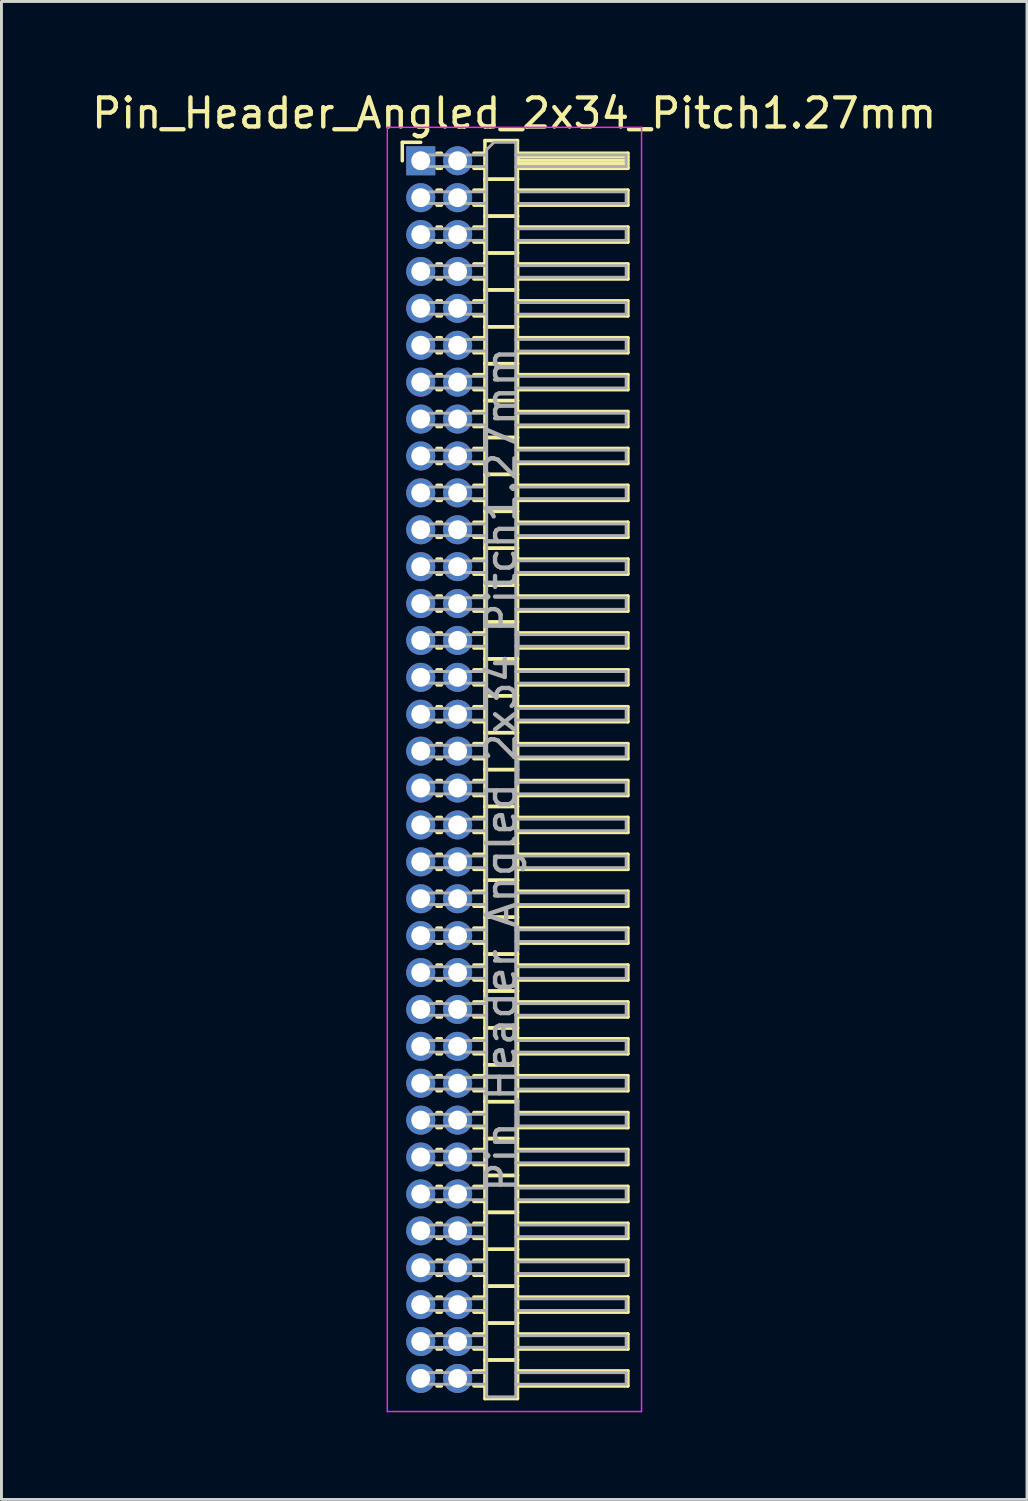
<source format=kicad_pcb>
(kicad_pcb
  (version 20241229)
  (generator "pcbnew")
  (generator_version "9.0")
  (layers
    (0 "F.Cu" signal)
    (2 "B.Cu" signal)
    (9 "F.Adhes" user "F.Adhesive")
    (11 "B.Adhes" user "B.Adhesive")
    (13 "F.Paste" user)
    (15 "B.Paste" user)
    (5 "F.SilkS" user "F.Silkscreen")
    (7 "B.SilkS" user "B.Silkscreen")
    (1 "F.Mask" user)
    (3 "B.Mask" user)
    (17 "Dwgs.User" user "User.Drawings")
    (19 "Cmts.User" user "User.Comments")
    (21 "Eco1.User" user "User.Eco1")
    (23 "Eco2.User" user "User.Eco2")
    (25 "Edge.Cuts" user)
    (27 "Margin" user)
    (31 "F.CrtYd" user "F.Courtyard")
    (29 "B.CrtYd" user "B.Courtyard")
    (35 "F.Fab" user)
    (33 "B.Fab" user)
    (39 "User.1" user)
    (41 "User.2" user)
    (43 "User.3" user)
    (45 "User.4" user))
  (footprint "Pin_Header_Angled_2x34_Pitch1.27mm"
    (layer "F.Cu")
    (at 11.431 2.483)
    (property "Reference" "Pin_Header_Angled_2x34_Pitch1.27mm" (at 3.217 -1.635 0) (layer "F.SilkS") (effects (font (size 1 1) (thickness 0.15))))
    (attr through_hole)
    (fp_line (start -0.635 -0.635) (end 0 -0.635) (stroke (width 0.12) (type solid)) (layer "F.SilkS"))
    (fp_line (start -0.635 0) (end -0.635 -0.635) (stroke (width 0.12) (type solid)) (layer "F.SilkS"))
    (fp_line (start 0.56 -0.26) (end 0.71 -0.26) (stroke (width 0.12) (type solid)) (layer "F.SilkS"))
    (fp_line (start 0.56 0.26) (end 0.71 0.26) (stroke (width 0.12) (type solid)) (layer "F.SilkS"))
    (fp_line (start 0.56 1.01) (end 0.71 1.01) (stroke (width 0.12) (type solid)) (layer "F.SilkS"))
    (fp_line (start 0.56 1.53) (end 0.71 1.53) (stroke (width 0.12) (type solid)) (layer "F.SilkS"))
    (fp_line (start 0.56 2.28) (end 0.71 2.28) (stroke (width 0.12) (type solid)) (layer "F.SilkS"))
    (fp_line (start 0.56 2.8) (end 0.71 2.8) (stroke (width 0.12) (type solid)) (layer "F.SilkS"))
    (fp_line (start 0.56 3.55) (end 0.71 3.55) (stroke (width 0.12) (type solid)) (layer "F.SilkS"))
    (fp_line (start 0.56 4.07) (end 0.71 4.07) (stroke (width 0.12) (type solid)) (layer "F.SilkS"))
    (fp_line (start 0.56 4.82) (end 0.71 4.82) (stroke (width 0.12) (type solid)) (layer "F.SilkS"))
    (fp_line (start 0.56 5.34) (end 0.71 5.34) (stroke (width 0.12) (type solid)) (layer "F.SilkS"))
    (fp_line (start 0.56 6.09) (end 0.71 6.09) (stroke (width 0.12) (type solid)) (layer "F.SilkS"))
    (fp_line (start 0.56 6.61) (end 0.71 6.61) (stroke (width 0.12) (type solid)) (layer "F.SilkS"))
    (fp_line (start 0.56 7.36) (end 0.71 7.36) (stroke (width 0.12) (type solid)) (layer "F.SilkS"))
    (fp_line (start 0.56 7.88) (end 0.71 7.88) (stroke (width 0.12) (type solid)) (layer "F.SilkS"))
    (fp_line (start 0.56 8.63) (end 0.71 8.63) (stroke (width 0.12) (type solid)) (layer "F.SilkS"))
    (fp_line (start 0.56 9.15) (end 0.71 9.15) (stroke (width 0.12) (type solid)) (layer "F.SilkS"))
    (fp_line (start 0.56 9.9) (end 0.71 9.9) (stroke (width 0.12) (type solid)) (layer "F.SilkS"))
    (fp_line (start 0.56 10.42) (end 0.71 10.42) (stroke (width 0.12) (type solid)) (layer "F.SilkS"))
    (fp_line (start 0.56 11.17) (end 0.71 11.17) (stroke (width 0.12) (type solid)) (layer "F.SilkS"))
    (fp_line (start 0.56 11.69) (end 0.71 11.69) (stroke (width 0.12) (type solid)) (layer "F.SilkS"))
    (fp_line (start 0.56 12.44) (end 0.71 12.44) (stroke (width 0.12) (type solid)) (layer "F.SilkS"))
    (fp_line (start 0.56 12.96) (end 0.71 12.96) (stroke (width 0.12) (type solid)) (layer "F.SilkS"))
    (fp_line (start 0.56 13.71) (end 0.71 13.71) (stroke (width 0.12) (type solid)) (layer "F.SilkS"))
    (fp_line (start 0.56 14.23) (end 0.71 14.23) (stroke (width 0.12) (type solid)) (layer "F.SilkS"))
    (fp_line (start 0.56 14.98) (end 0.71 14.98) (stroke (width 0.12) (type solid)) (layer "F.SilkS"))
    (fp_line (start 0.56 15.5) (end 0.71 15.5) (stroke (width 0.12) (type solid)) (layer "F.SilkS"))
    (fp_line (start 0.56 16.25) (end 0.71 16.25) (stroke (width 0.12) (type solid)) (layer "F.SilkS"))
    (fp_line (start 0.56 16.77) (end 0.71 16.77) (stroke (width 0.12) (type solid)) (layer "F.SilkS"))
    (fp_line (start 0.56 17.52) (end 0.71 17.52) (stroke (width 0.12) (type solid)) (layer "F.SilkS"))
    (fp_line (start 0.56 18.04) (end 0.71 18.04) (stroke (width 0.12) (type solid)) (layer "F.SilkS"))
    (fp_line (start 0.56 18.79) (end 0.71 18.79) (stroke (width 0.12) (type solid)) (layer "F.SilkS"))
    (fp_line (start 0.56 19.31) (end 0.71 19.31) (stroke (width 0.12) (type solid)) (layer "F.SilkS"))
    (fp_line (start 0.56 20.06) (end 0.71 20.06) (stroke (width 0.12) (type solid)) (layer "F.SilkS"))
    (fp_line (start 0.56 20.58) (end 0.71 20.58) (stroke (width 0.12) (type solid)) (layer "F.SilkS"))
    (fp_line (start 0.56 21.33) (end 0.71 21.33) (stroke (width 0.12) (type solid)) (layer "F.SilkS"))
    (fp_line (start 0.56 21.85) (end 0.71 21.85) (stroke (width 0.12) (type solid)) (layer "F.SilkS"))
    (fp_line (start 0.56 22.6) (end 0.71 22.6) (stroke (width 0.12) (type solid)) (layer "F.SilkS"))
    (fp_line (start 0.56 23.12) (end 0.71 23.12) (stroke (width 0.12) (type solid)) (layer "F.SilkS"))
    (fp_line (start 0.56 23.87) (end 0.71 23.87) (stroke (width 0.12) (type solid)) (layer "F.SilkS"))
    (fp_line (start 0.56 24.39) (end 0.71 24.39) (stroke (width 0.12) (type solid)) (layer "F.SilkS"))
    (fp_line (start 0.56 25.14) (end 0.71 25.14) (stroke (width 0.12) (type solid)) (layer "F.SilkS"))
    (fp_line (start 0.56 25.66) (end 0.71 25.66) (stroke (width 0.12) (type solid)) (layer "F.SilkS"))
    (fp_line (start 0.56 26.41) (end 0.71 26.41) (stroke (width 0.12) (type solid)) (layer "F.SilkS"))
    (fp_line (start 0.56 26.93) (end 0.71 26.93) (stroke (width 0.12) (type solid)) (layer "F.SilkS"))
    (fp_line (start 0.56 27.68) (end 0.71 27.68) (stroke (width 0.12) (type solid)) (layer "F.SilkS"))
    (fp_line (start 0.56 28.2) (end 0.71 28.2) (stroke (width 0.12) (type solid)) (layer "F.SilkS"))
    (fp_line (start 0.56 28.95) (end 0.71 28.95) (stroke (width 0.12) (type solid)) (layer "F.SilkS"))
    (fp_line (start 0.56 29.47) (end 0.71 29.47) (stroke (width 0.12) (type solid)) (layer "F.SilkS"))
    (fp_line (start 0.56 30.22) (end 0.71 30.22) (stroke (width 0.12) (type solid)) (layer "F.SilkS"))
    (fp_line (start 0.56 30.74) (end 0.71 30.74) (stroke (width 0.12) (type solid)) (layer "F.SilkS"))
    (fp_line (start 0.56 31.49) (end 0.71 31.49) (stroke (width 0.12) (type solid)) (layer "F.SilkS"))
    (fp_line (start 0.56 32.01) (end 0.71 32.01) (stroke (width 0.12) (type solid)) (layer "F.SilkS"))
    (fp_line (start 0.56 32.76) (end 0.71 32.76) (stroke (width 0.12) (type solid)) (layer "F.SilkS"))
    (fp_line (start 0.56 33.28) (end 0.71 33.28) (stroke (width 0.12) (type solid)) (layer "F.SilkS"))
    (fp_line (start 0.56 34.03) (end 0.71 34.03) (stroke (width 0.12) (type solid)) (layer "F.SilkS"))
    (fp_line (start 0.56 34.55) (end 0.71 34.55) (stroke (width 0.12) (type solid)) (layer "F.SilkS"))
    (fp_line (start 0.56 35.3) (end 0.71 35.3) (stroke (width 0.12) (type solid)) (layer "F.SilkS"))
    (fp_line (start 0.56 35.82) (end 0.71 35.82) (stroke (width 0.12) (type solid)) (layer "F.SilkS"))
    (fp_line (start 0.56 36.57) (end 0.71 36.57) (stroke (width 0.12) (type solid)) (layer "F.SilkS"))
    (fp_line (start 0.56 37.09) (end 0.71 37.09) (stroke (width 0.12) (type solid)) (layer "F.SilkS"))
    (fp_line (start 0.56 37.84) (end 0.71 37.84) (stroke (width 0.12) (type solid)) (layer "F.SilkS"))
    (fp_line (start 0.56 38.36) (end 0.71 38.36) (stroke (width 0.12) (type solid)) (layer "F.SilkS"))
    (fp_line (start 0.56 39.11) (end 0.71 39.11) (stroke (width 0.12) (type solid)) (layer "F.SilkS"))
    (fp_line (start 0.56 39.63) (end 0.71 39.63) (stroke (width 0.12) (type solid)) (layer "F.SilkS"))
    (fp_line (start 0.56 40.38) (end 0.71 40.38) (stroke (width 0.12) (type solid)) (layer "F.SilkS"))
    (fp_line (start 0.56 40.9) (end 0.71 40.9) (stroke (width 0.12) (type solid)) (layer "F.SilkS"))
    (fp_line (start 0.56 41.65) (end 0.71 41.65) (stroke (width 0.12) (type solid)) (layer "F.SilkS"))
    (fp_line (start 0.56 42.17) (end 0.71 42.17) (stroke (width 0.12) (type solid)) (layer "F.SilkS"))
    (fp_line (start 1.83 -0.26) (end 2.21 -0.26) (stroke (width 0.12) (type solid)) (layer "F.SilkS"))
    (fp_line (start 1.83 0.26) (end 2.21 0.26) (stroke (width 0.12) (type solid)) (layer "F.SilkS"))
    (fp_line (start 1.83 1.01) (end 2.21 1.01) (stroke (width 0.12) (type solid)) (layer "F.SilkS"))
    (fp_line (start 1.83 1.53) (end 2.21 1.53) (stroke (width 0.12) (type solid)) (layer "F.SilkS"))
    (fp_line (start 1.83 2.28) (end 2.21 2.28) (stroke (width 0.12) (type solid)) (layer "F.SilkS"))
    (fp_line (start 1.83 2.8) (end 2.21 2.8) (stroke (width 0.12) (type solid)) (layer "F.SilkS"))
    (fp_line (start 1.83 3.55) (end 2.21 3.55) (stroke (width 0.12) (type solid)) (layer "F.SilkS"))
    (fp_line (start 1.83 4.07) (end 2.21 4.07) (stroke (width 0.12) (type solid)) (layer "F.SilkS"))
    (fp_line (start 1.83 4.82) (end 2.21 4.82) (stroke (width 0.12) (type solid)) (layer "F.SilkS"))
    (fp_line (start 1.83 5.34) (end 2.21 5.34) (stroke (width 0.12) (type solid)) (layer "F.SilkS"))
    (fp_line (start 1.83 6.09) (end 2.21 6.09) (stroke (width 0.12) (type solid)) (layer "F.SilkS"))
    (fp_line (start 1.83 6.61) (end 2.21 6.61) (stroke (width 0.12) (type solid)) (layer "F.SilkS"))
    (fp_line (start 1.83 7.36) (end 2.21 7.36) (stroke (width 0.12) (type solid)) (layer "F.SilkS"))
    (fp_line (start 1.83 7.88) (end 2.21 7.88) (stroke (width 0.12) (type solid)) (layer "F.SilkS"))
    (fp_line (start 1.83 8.63) (end 2.21 8.63) (stroke (width 0.12) (type solid)) (layer "F.SilkS"))
    (fp_line (start 1.83 9.15) (end 2.21 9.15) (stroke (width 0.12) (type solid)) (layer "F.SilkS"))
    (fp_line (start 1.83 9.9) (end 2.21 9.9) (stroke (width 0.12) (type solid)) (layer "F.SilkS"))
    (fp_line (start 1.83 10.42) (end 2.21 10.42) (stroke (width 0.12) (type solid)) (layer "F.SilkS"))
    (fp_line (start 1.83 11.17) (end 2.21 11.17) (stroke (width 0.12) (type solid)) (layer "F.SilkS"))
    (fp_line (start 1.83 11.69) (end 2.21 11.69) (stroke (width 0.12) (type solid)) (layer "F.SilkS"))
    (fp_line (start 1.83 12.44) (end 2.21 12.44) (stroke (width 0.12) (type solid)) (layer "F.SilkS"))
    (fp_line (start 1.83 12.96) (end 2.21 12.96) (stroke (width 0.12) (type solid)) (layer "F.SilkS"))
    (fp_line (start 1.83 13.71) (end 2.21 13.71) (stroke (width 0.12) (type solid)) (layer "F.SilkS"))
    (fp_line (start 1.83 14.23) (end 2.21 14.23) (stroke (width 0.12) (type solid)) (layer "F.SilkS"))
    (fp_line (start 1.83 14.98) (end 2.21 14.98) (stroke (width 0.12) (type solid)) (layer "F.SilkS"))
    (fp_line (start 1.83 15.5) (end 2.21 15.5) (stroke (width 0.12) (type solid)) (layer "F.SilkS"))
    (fp_line (start 1.83 16.25) (end 2.21 16.25) (stroke (width 0.12) (type solid)) (layer "F.SilkS"))
    (fp_line (start 1.83 16.77) (end 2.21 16.77) (stroke (width 0.12) (type solid)) (layer "F.SilkS"))
    (fp_line (start 1.83 17.52) (end 2.21 17.52) (stroke (width 0.12) (type solid)) (layer "F.SilkS"))
    (fp_line (start 1.83 18.04) (end 2.21 18.04) (stroke (width 0.12) (type solid)) (layer "F.SilkS"))
    (fp_line (start 1.83 18.79) (end 2.21 18.79) (stroke (width 0.12) (type solid)) (layer "F.SilkS"))
    (fp_line (start 1.83 19.31) (end 2.21 19.31) (stroke (width 0.12) (type solid)) (layer "F.SilkS"))
    (fp_line (start 1.83 20.06) (end 2.21 20.06) (stroke (width 0.12) (type solid)) (layer "F.SilkS"))
    (fp_line (start 1.83 20.58) (end 2.21 20.58) (stroke (width 0.12) (type solid)) (layer "F.SilkS"))
    (fp_line (start 1.83 21.33) (end 2.21 21.33) (stroke (width 0.12) (type solid)) (layer "F.SilkS"))
    (fp_line (start 1.83 21.85) (end 2.21 21.85) (stroke (width 0.12) (type solid)) (layer "F.SilkS"))
    (fp_line (start 1.83 22.6) (end 2.21 22.6) (stroke (width 0.12) (type solid)) (layer "F.SilkS"))
    (fp_line (start 1.83 23.12) (end 2.21 23.12) (stroke (width 0.12) (type solid)) (layer "F.SilkS"))
    (fp_line (start 1.83 23.87) (end 2.21 23.87) (stroke (width 0.12) (type solid)) (layer "F.SilkS"))
    (fp_line (start 1.83 24.39) (end 2.21 24.39) (stroke (width 0.12) (type solid)) (layer "F.SilkS"))
    (fp_line (start 1.83 25.14) (end 2.21 25.14) (stroke (width 0.12) (type solid)) (layer "F.SilkS"))
    (fp_line (start 1.83 25.66) (end 2.21 25.66) (stroke (width 0.12) (type solid)) (layer "F.SilkS"))
    (fp_line (start 1.83 26.41) (end 2.21 26.41) (stroke (width 0.12) (type solid)) (layer "F.SilkS"))
    (fp_line (start 1.83 26.93) (end 2.21 26.93) (stroke (width 0.12) (type solid)) (layer "F.SilkS"))
    (fp_line (start 1.83 27.68) (end 2.21 27.68) (stroke (width 0.12) (type solid)) (layer "F.SilkS"))
    (fp_line (start 1.83 28.2) (end 2.21 28.2) (stroke (width 0.12) (type solid)) (layer "F.SilkS"))
    (fp_line (start 1.83 28.95) (end 2.21 28.95) (stroke (width 0.12) (type solid)) (layer "F.SilkS"))
    (fp_line (start 1.83 29.47) (end 2.21 29.47) (stroke (width 0.12) (type solid)) (layer "F.SilkS"))
    (fp_line (start 1.83 30.22) (end 2.21 30.22) (stroke (width 0.12) (type solid)) (layer "F.SilkS"))
    (fp_line (start 1.83 30.74) (end 2.21 30.74) (stroke (width 0.12) (type solid)) (layer "F.SilkS"))
    (fp_line (start 1.83 31.49) (end 2.21 31.49) (stroke (width 0.12) (type solid)) (layer "F.SilkS"))
    (fp_line (start 1.83 32.01) (end 2.21 32.01) (stroke (width 0.12) (type solid)) (layer "F.SilkS"))
    (fp_line (start 1.83 32.76) (end 2.21 32.76) (stroke (width 0.12) (type solid)) (layer "F.SilkS"))
    (fp_line (start 1.83 33.28) (end 2.21 33.28) (stroke (width 0.12) (type solid)) (layer "F.SilkS"))
    (fp_line (start 1.83 34.03) (end 2.21 34.03) (stroke (width 0.12) (type solid)) (layer "F.SilkS"))
    (fp_line (start 1.83 34.55) (end 2.21 34.55) (stroke (width 0.12) (type solid)) (layer "F.SilkS"))
    (fp_line (start 1.83 35.3) (end 2.21 35.3) (stroke (width 0.12) (type solid)) (layer "F.SilkS"))
    (fp_line (start 1.83 35.82) (end 2.21 35.82) (stroke (width 0.12) (type solid)) (layer "F.SilkS"))
    (fp_line (start 1.83 36.57) (end 2.21 36.57) (stroke (width 0.12) (type solid)) (layer "F.SilkS"))
    (fp_line (start 1.83 37.09) (end 2.21 37.09) (stroke (width 0.12) (type solid)) (layer "F.SilkS"))
    (fp_line (start 1.83 37.84) (end 2.21 37.84) (stroke (width 0.12) (type solid)) (layer "F.SilkS"))
    (fp_line (start 1.83 38.36) (end 2.21 38.36) (stroke (width 0.12) (type solid)) (layer "F.SilkS"))
    (fp_line (start 1.83 39.11) (end 2.21 39.11) (stroke (width 0.12) (type solid)) (layer "F.SilkS"))
    (fp_line (start 1.83 39.63) (end 2.21 39.63) (stroke (width 0.12) (type solid)) (layer "F.SilkS"))
    (fp_line (start 1.83 40.38) (end 2.21 40.38) (stroke (width 0.12) (type solid)) (layer "F.SilkS"))
    (fp_line (start 1.83 40.9) (end 2.21 40.9) (stroke (width 0.12) (type solid)) (layer "F.SilkS"))
    (fp_line (start 1.83 41.65) (end 2.21 41.65) (stroke (width 0.12) (type solid)) (layer "F.SilkS"))
    (fp_line (start 1.83 42.17) (end 2.21 42.17) (stroke (width 0.12) (type solid)) (layer "F.SilkS"))
    (fp_line (start 2.21 -0.695) (end 2.21 0.635) (stroke (width 0.12) (type solid)) (layer "F.SilkS"))
    (fp_line (start 2.21 0.635) (end 2.21 1.905) (stroke (width 0.12) (type solid)) (layer "F.SilkS"))
    (fp_line (start 2.21 0.635) (end 3.33 0.635) (stroke (width 0.12) (type solid)) (layer "F.SilkS"))
    (fp_line (start 2.21 1.905) (end 2.21 3.175) (stroke (width 0.12) (type solid)) (layer "F.SilkS"))
    (fp_line (start 2.21 1.905) (end 3.33 1.905) (stroke (width 0.12) (type solid)) (layer "F.SilkS"))
    (fp_line (start 2.21 3.175) (end 2.21 4.445) (stroke (width 0.12) (type solid)) (layer "F.SilkS"))
    (fp_line (start 2.21 3.175) (end 3.33 3.175) (stroke (width 0.12) (type solid)) (layer "F.SilkS"))
    (fp_line (start 2.21 4.445) (end 2.21 5.715) (stroke (width 0.12) (type solid)) (layer "F.SilkS"))
    (fp_line (start 2.21 4.445) (end 3.33 4.445) (stroke (width 0.12) (type solid)) (layer "F.SilkS"))
    (fp_line (start 2.21 5.715) (end 2.21 6.985) (stroke (width 0.12) (type solid)) (layer "F.SilkS"))
    (fp_line (start 2.21 5.715) (end 3.33 5.715) (stroke (width 0.12) (type solid)) (layer "F.SilkS"))
    (fp_line (start 2.21 6.985) (end 2.21 8.255) (stroke (width 0.12) (type solid)) (layer "F.SilkS"))
    (fp_line (start 2.21 6.985) (end 3.33 6.985) (stroke (width 0.12) (type solid)) (layer "F.SilkS"))
    (fp_line (start 2.21 8.255) (end 2.21 9.525) (stroke (width 0.12) (type solid)) (layer "F.SilkS"))
    (fp_line (start 2.21 8.255) (end 3.33 8.255) (stroke (width 0.12) (type solid)) (layer "F.SilkS"))
    (fp_line (start 2.21 9.525) (end 2.21 10.795) (stroke (width 0.12) (type solid)) (layer "F.SilkS"))
    (fp_line (start 2.21 9.525) (end 3.33 9.525) (stroke (width 0.12) (type solid)) (layer "F.SilkS"))
    (fp_line (start 2.21 10.795) (end 2.21 12.065) (stroke (width 0.12) (type solid)) (layer "F.SilkS"))
    (fp_line (start 2.21 10.795) (end 3.33 10.795) (stroke (width 0.12) (type solid)) (layer "F.SilkS"))
    (fp_line (start 2.21 12.065) (end 2.21 13.335) (stroke (width 0.12) (type solid)) (layer "F.SilkS"))
    (fp_line (start 2.21 12.065) (end 3.33 12.065) (stroke (width 0.12) (type solid)) (layer "F.SilkS"))
    (fp_line (start 2.21 13.335) (end 2.21 14.605) (stroke (width 0.12) (type solid)) (layer "F.SilkS"))
    (fp_line (start 2.21 13.335) (end 3.33 13.335) (stroke (width 0.12) (type solid)) (layer "F.SilkS"))
    (fp_line (start 2.21 14.605) (end 2.21 15.875) (stroke (width 0.12) (type solid)) (layer "F.SilkS"))
    (fp_line (start 2.21 14.605) (end 3.33 14.605) (stroke (width 0.12) (type solid)) (layer "F.SilkS"))
    (fp_line (start 2.21 15.875) (end 2.21 17.145) (stroke (width 0.12) (type solid)) (layer "F.SilkS"))
    (fp_line (start 2.21 15.875) (end 3.33 15.875) (stroke (width 0.12) (type solid)) (layer "F.SilkS"))
    (fp_line (start 2.21 17.145) (end 2.21 18.415) (stroke (width 0.12) (type solid)) (layer "F.SilkS"))
    (fp_line (start 2.21 17.145) (end 3.33 17.145) (stroke (width 0.12) (type solid)) (layer "F.SilkS"))
    (fp_line (start 2.21 18.415) (end 2.21 19.685) (stroke (width 0.12) (type solid)) (layer "F.SilkS"))
    (fp_line (start 2.21 18.415) (end 3.33 18.415) (stroke (width 0.12) (type solid)) (layer "F.SilkS"))
    (fp_line (start 2.21 19.685) (end 2.21 20.955) (stroke (width 0.12) (type solid)) (layer "F.SilkS"))
    (fp_line (start 2.21 19.685) (end 3.33 19.685) (stroke (width 0.12) (type solid)) (layer "F.SilkS"))
    (fp_line (start 2.21 20.955) (end 2.21 22.225) (stroke (width 0.12) (type solid)) (layer "F.SilkS"))
    (fp_line (start 2.21 20.955) (end 3.33 20.955) (stroke (width 0.12) (type solid)) (layer "F.SilkS"))
    (fp_line (start 2.21 22.225) (end 2.21 23.495) (stroke (width 0.12) (type solid)) (layer "F.SilkS"))
    (fp_line (start 2.21 22.225) (end 3.33 22.225) (stroke (width 0.12) (type solid)) (layer "F.SilkS"))
    (fp_line (start 2.21 23.495) (end 2.21 24.765) (stroke (width 0.12) (type solid)) (layer "F.SilkS"))
    (fp_line (start 2.21 23.495) (end 3.33 23.495) (stroke (width 0.12) (type solid)) (layer "F.SilkS"))
    (fp_line (start 2.21 24.765) (end 2.21 26.035) (stroke (width 0.12) (type solid)) (layer "F.SilkS"))
    (fp_line (start 2.21 24.765) (end 3.33 24.765) (stroke (width 0.12) (type solid)) (layer "F.SilkS"))
    (fp_line (start 2.21 26.035) (end 2.21 27.305) (stroke (width 0.12) (type solid)) (layer "F.SilkS"))
    (fp_line (start 2.21 26.035) (end 3.33 26.035) (stroke (width 0.12) (type solid)) (layer "F.SilkS"))
    (fp_line (start 2.21 27.305) (end 2.21 28.575) (stroke (width 0.12) (type solid)) (layer "F.SilkS"))
    (fp_line (start 2.21 27.305) (end 3.33 27.305) (stroke (width 0.12) (type solid)) (layer "F.SilkS"))
    (fp_line (start 2.21 28.575) (end 2.21 29.845) (stroke (width 0.12) (type solid)) (layer "F.SilkS"))
    (fp_line (start 2.21 28.575) (end 3.33 28.575) (stroke (width 0.12) (type solid)) (layer "F.SilkS"))
    (fp_line (start 2.21 29.845) (end 2.21 31.115) (stroke (width 0.12) (type solid)) (layer "F.SilkS"))
    (fp_line (start 2.21 29.845) (end 3.33 29.845) (stroke (width 0.12) (type solid)) (layer "F.SilkS"))
    (fp_line (start 2.21 31.115) (end 2.21 32.385) (stroke (width 0.12) (type solid)) (layer "F.SilkS"))
    (fp_line (start 2.21 31.115) (end 3.33 31.115) (stroke (width 0.12) (type solid)) (layer "F.SilkS"))
    (fp_line (start 2.21 32.385) (end 2.21 33.655) (stroke (width 0.12) (type solid)) (layer "F.SilkS"))
    (fp_line (start 2.21 32.385) (end 3.33 32.385) (stroke (width 0.12) (type solid)) (layer "F.SilkS"))
    (fp_line (start 2.21 33.655) (end 2.21 34.925) (stroke (width 0.12) (type solid)) (layer "F.SilkS"))
    (fp_line (start 2.21 33.655) (end 3.33 33.655) (stroke (width 0.12) (type solid)) (layer "F.SilkS"))
    (fp_line (start 2.21 34.925) (end 2.21 36.195) (stroke (width 0.12) (type solid)) (layer "F.SilkS"))
    (fp_line (start 2.21 34.925) (end 3.33 34.925) (stroke (width 0.12) (type solid)) (layer "F.SilkS"))
    (fp_line (start 2.21 36.195) (end 2.21 37.465) (stroke (width 0.12) (type solid)) (layer "F.SilkS"))
    (fp_line (start 2.21 36.195) (end 3.33 36.195) (stroke (width 0.12) (type solid)) (layer "F.SilkS"))
    (fp_line (start 2.21 37.465) (end 2.21 38.735) (stroke (width 0.12) (type solid)) (layer "F.SilkS"))
    (fp_line (start 2.21 37.465) (end 3.33 37.465) (stroke (width 0.12) (type solid)) (layer "F.SilkS"))
    (fp_line (start 2.21 38.735) (end 2.21 40.005) (stroke (width 0.12) (type solid)) (layer "F.SilkS"))
    (fp_line (start 2.21 38.735) (end 3.33 38.735) (stroke (width 0.12) (type solid)) (layer "F.SilkS"))
    (fp_line (start 2.21 40.005) (end 2.21 41.275) (stroke (width 0.12) (type solid)) (layer "F.SilkS"))
    (fp_line (start 2.21 40.005) (end 3.33 40.005) (stroke (width 0.12) (type solid)) (layer "F.SilkS"))
    (fp_line (start 2.21 41.275) (end 2.21 42.605) (stroke (width 0.12) (type solid)) (layer "F.SilkS"))
    (fp_line (start 2.21 41.275) (end 3.33 41.275) (stroke (width 0.12) (type solid)) (layer "F.SilkS"))
    (fp_line (start 2.21 42.605) (end 3.33 42.605) (stroke (width 0.12) (type solid)) (layer "F.SilkS"))
    (fp_line (start 3.33 -0.695) (end 2.21 -0.695) (stroke (width 0.12) (type solid)) (layer "F.SilkS"))
    (fp_line (start 3.33 -0.26) (end 3.33 0.26) (stroke (width 0.12) (type solid)) (layer "F.SilkS"))
    (fp_line (start 3.33 -0.14) (end 7.13 -0.14) (stroke (width 0.12) (type solid)) (layer "F.SilkS"))
    (fp_line (start 3.33 -0.02) (end 7.13 -0.02) (stroke (width 0.12) (type solid)) (layer "F.SilkS"))
    (fp_line (start 3.33 0.1) (end 7.13 0.1) (stroke (width 0.12) (type solid)) (layer "F.SilkS"))
    (fp_line (start 3.33 0.22) (end 7.13 0.22) (stroke (width 0.12) (type solid)) (layer "F.SilkS"))
    (fp_line (start 3.33 0.26) (end 7.13 0.26) (stroke (width 0.12) (type solid)) (layer "F.SilkS"))
    (fp_line (start 3.33 0.635) (end 2.21 0.635) (stroke (width 0.12) (type solid)) (layer "F.SilkS"))
    (fp_line (start 3.33 0.635) (end 3.33 -0.695) (stroke (width 0.12) (type solid)) (layer "F.SilkS"))
    (fp_line (start 3.33 1.01) (end 3.33 1.53) (stroke (width 0.12) (type solid)) (layer "F.SilkS"))
    (fp_line (start 3.33 1.53) (end 7.13 1.53) (stroke (width 0.12) (type solid)) (layer "F.SilkS"))
    (fp_line (start 3.33 1.905) (end 2.21 1.905) (stroke (width 0.12) (type solid)) (layer "F.SilkS"))
    (fp_line (start 3.33 1.905) (end 3.33 0.635) (stroke (width 0.12) (type solid)) (layer "F.SilkS"))
    (fp_line (start 3.33 2.28) (end 3.33 2.8) (stroke (width 0.12) (type solid)) (layer "F.SilkS"))
    (fp_line (start 3.33 2.8) (end 7.13 2.8) (stroke (width 0.12) (type solid)) (layer "F.SilkS"))
    (fp_line (start 3.33 3.175) (end 2.21 3.175) (stroke (width 0.12) (type solid)) (layer "F.SilkS"))
    (fp_line (start 3.33 3.175) (end 3.33 1.905) (stroke (width 0.12) (type solid)) (layer "F.SilkS"))
    (fp_line (start 3.33 3.55) (end 3.33 4.07) (stroke (width 0.12) (type solid)) (layer "F.SilkS"))
    (fp_line (start 3.33 4.07) (end 7.13 4.07) (stroke (width 0.12) (type solid)) (layer "F.SilkS"))
    (fp_line (start 3.33 4.445) (end 2.21 4.445) (stroke (width 0.12) (type solid)) (layer "F.SilkS"))
    (fp_line (start 3.33 4.445) (end 3.33 3.175) (stroke (width 0.12) (type solid)) (layer "F.SilkS"))
    (fp_line (start 3.33 4.82) (end 3.33 5.34) (stroke (width 0.12) (type solid)) (layer "F.SilkS"))
    (fp_line (start 3.33 5.34) (end 7.13 5.34) (stroke (width 0.12) (type solid)) (layer "F.SilkS"))
    (fp_line (start 3.33 5.715) (end 2.21 5.715) (stroke (width 0.12) (type solid)) (layer "F.SilkS"))
    (fp_line (start 3.33 5.715) (end 3.33 4.445) (stroke (width 0.12) (type solid)) (layer "F.SilkS"))
    (fp_line (start 3.33 6.09) (end 3.33 6.61) (stroke (width 0.12) (type solid)) (layer "F.SilkS"))
    (fp_line (start 3.33 6.61) (end 7.13 6.61) (stroke (width 0.12) (type solid)) (layer "F.SilkS"))
    (fp_line (start 3.33 6.985) (end 2.21 6.985) (stroke (width 0.12) (type solid)) (layer "F.SilkS"))
    (fp_line (start 3.33 6.985) (end 3.33 5.715) (stroke (width 0.12) (type solid)) (layer "F.SilkS"))
    (fp_line (start 3.33 7.36) (end 3.33 7.88) (stroke (width 0.12) (type solid)) (layer "F.SilkS"))
    (fp_line (start 3.33 7.88) (end 7.13 7.88) (stroke (width 0.12) (type solid)) (layer "F.SilkS"))
    (fp_line (start 3.33 8.255) (end 2.21 8.255) (stroke (width 0.12) (type solid)) (layer "F.SilkS"))
    (fp_line (start 3.33 8.255) (end 3.33 6.985) (stroke (width 0.12) (type solid)) (layer "F.SilkS"))
    (fp_line (start 3.33 8.63) (end 3.33 9.15) (stroke (width 0.12) (type solid)) (layer "F.SilkS"))
    (fp_line (start 3.33 9.15) (end 7.13 9.15) (stroke (width 0.12) (type solid)) (layer "F.SilkS"))
    (fp_line (start 3.33 9.525) (end 2.21 9.525) (stroke (width 0.12) (type solid)) (layer "F.SilkS"))
    (fp_line (start 3.33 9.525) (end 3.33 8.255) (stroke (width 0.12) (type solid)) (layer "F.SilkS"))
    (fp_line (start 3.33 9.9) (end 3.33 10.42) (stroke (width 0.12) (type solid)) (layer "F.SilkS"))
    (fp_line (start 3.33 10.42) (end 7.13 10.42) (stroke (width 0.12) (type solid)) (layer "F.SilkS"))
    (fp_line (start 3.33 10.795) (end 2.21 10.795) (stroke (width 0.12) (type solid)) (layer "F.SilkS"))
    (fp_line (start 3.33 10.795) (end 3.33 9.525) (stroke (width 0.12) (type solid)) (layer "F.SilkS"))
    (fp_line (start 3.33 11.17) (end 3.33 11.69) (stroke (width 0.12) (type solid)) (layer "F.SilkS"))
    (fp_line (start 3.33 11.69) (end 7.13 11.69) (stroke (width 0.12) (type solid)) (layer "F.SilkS"))
    (fp_line (start 3.33 12.065) (end 2.21 12.065) (stroke (width 0.12) (type solid)) (layer "F.SilkS"))
    (fp_line (start 3.33 12.065) (end 3.33 10.795) (stroke (width 0.12) (type solid)) (layer "F.SilkS"))
    (fp_line (start 3.33 12.44) (end 3.33 12.96) (stroke (width 0.12) (type solid)) (layer "F.SilkS"))
    (fp_line (start 3.33 12.96) (end 7.13 12.96) (stroke (width 0.12) (type solid)) (layer "F.SilkS"))
    (fp_line (start 3.33 13.335) (end 2.21 13.335) (stroke (width 0.12) (type solid)) (layer "F.SilkS"))
    (fp_line (start 3.33 13.335) (end 3.33 12.065) (stroke (width 0.12) (type solid)) (layer "F.SilkS"))
    (fp_line (start 3.33 13.71) (end 3.33 14.23) (stroke (width 0.12) (type solid)) (layer "F.SilkS"))
    (fp_line (start 3.33 14.23) (end 7.13 14.23) (stroke (width 0.12) (type solid)) (layer "F.SilkS"))
    (fp_line (start 3.33 14.605) (end 2.21 14.605) (stroke (width 0.12) (type solid)) (layer "F.SilkS"))
    (fp_line (start 3.33 14.605) (end 3.33 13.335) (stroke (width 0.12) (type solid)) (layer "F.SilkS"))
    (fp_line (start 3.33 14.98) (end 3.33 15.5) (stroke (width 0.12) (type solid)) (layer "F.SilkS"))
    (fp_line (start 3.33 15.5) (end 7.13 15.5) (stroke (width 0.12) (type solid)) (layer "F.SilkS"))
    (fp_line (start 3.33 15.875) (end 2.21 15.875) (stroke (width 0.12) (type solid)) (layer "F.SilkS"))
    (fp_line (start 3.33 15.875) (end 3.33 14.605) (stroke (width 0.12) (type solid)) (layer "F.SilkS"))
    (fp_line (start 3.33 16.25) (end 3.33 16.77) (stroke (width 0.12) (type solid)) (layer "F.SilkS"))
    (fp_line (start 3.33 16.77) (end 7.13 16.77) (stroke (width 0.12) (type solid)) (layer "F.SilkS"))
    (fp_line (start 3.33 17.145) (end 2.21 17.145) (stroke (width 0.12) (type solid)) (layer "F.SilkS"))
    (fp_line (start 3.33 17.145) (end 3.33 15.875) (stroke (width 0.12) (type solid)) (layer "F.SilkS"))
    (fp_line (start 3.33 17.52) (end 3.33 18.04) (stroke (width 0.12) (type solid)) (layer "F.SilkS"))
    (fp_line (start 3.33 18.04) (end 7.13 18.04) (stroke (width 0.12) (type solid)) (layer "F.SilkS"))
    (fp_line (start 3.33 18.415) (end 2.21 18.415) (stroke (width 0.12) (type solid)) (layer "F.SilkS"))
    (fp_line (start 3.33 18.415) (end 3.33 17.145) (stroke (width 0.12) (type solid)) (layer "F.SilkS"))
    (fp_line (start 3.33 18.79) (end 3.33 19.31) (stroke (width 0.12) (type solid)) (layer "F.SilkS"))
    (fp_line (start 3.33 19.31) (end 7.13 19.31) (stroke (width 0.12) (type solid)) (layer "F.SilkS"))
    (fp_line (start 3.33 19.685) (end 2.21 19.685) (stroke (width 0.12) (type solid)) (layer "F.SilkS"))
    (fp_line (start 3.33 19.685) (end 3.33 18.415) (stroke (width 0.12) (type solid)) (layer "F.SilkS"))
    (fp_line (start 3.33 20.06) (end 3.33 20.58) (stroke (width 0.12) (type solid)) (layer "F.SilkS"))
    (fp_line (start 3.33 20.58) (end 7.13 20.58) (stroke (width 0.12) (type solid)) (layer "F.SilkS"))
    (fp_line (start 3.33 20.955) (end 2.21 20.955) (stroke (width 0.12) (type solid)) (layer "F.SilkS"))
    (fp_line (start 3.33 20.955) (end 3.33 19.685) (stroke (width 0.12) (type solid)) (layer "F.SilkS"))
    (fp_line (start 3.33 21.33) (end 3.33 21.85) (stroke (width 0.12) (type solid)) (layer "F.SilkS"))
    (fp_line (start 3.33 21.85) (end 7.13 21.85) (stroke (width 0.12) (type solid)) (layer "F.SilkS"))
    (fp_line (start 3.33 22.225) (end 2.21 22.225) (stroke (width 0.12) (type solid)) (layer "F.SilkS"))
    (fp_line (start 3.33 22.225) (end 3.33 20.955) (stroke (width 0.12) (type solid)) (layer "F.SilkS"))
    (fp_line (start 3.33 22.6) (end 3.33 23.12) (stroke (width 0.12) (type solid)) (layer "F.SilkS"))
    (fp_line (start 3.33 23.12) (end 7.13 23.12) (stroke (width 0.12) (type solid)) (layer "F.SilkS"))
    (fp_line (start 3.33 23.495) (end 2.21 23.495) (stroke (width 0.12) (type solid)) (layer "F.SilkS"))
    (fp_line (start 3.33 23.495) (end 3.33 22.225) (stroke (width 0.12) (type solid)) (layer "F.SilkS"))
    (fp_line (start 3.33 23.87) (end 3.33 24.39) (stroke (width 0.12) (type solid)) (layer "F.SilkS"))
    (fp_line (start 3.33 24.39) (end 7.13 24.39) (stroke (width 0.12) (type solid)) (layer "F.SilkS"))
    (fp_line (start 3.33 24.765) (end 2.21 24.765) (stroke (width 0.12) (type solid)) (layer "F.SilkS"))
    (fp_line (start 3.33 24.765) (end 3.33 23.495) (stroke (width 0.12) (type solid)) (layer "F.SilkS"))
    (fp_line (start 3.33 25.14) (end 3.33 25.66) (stroke (width 0.12) (type solid)) (layer "F.SilkS"))
    (fp_line (start 3.33 25.66) (end 7.13 25.66) (stroke (width 0.12) (type solid)) (layer "F.SilkS"))
    (fp_line (start 3.33 26.035) (end 2.21 26.035) (stroke (width 0.12) (type solid)) (layer "F.SilkS"))
    (fp_line (start 3.33 26.035) (end 3.33 24.765) (stroke (width 0.12) (type solid)) (layer "F.SilkS"))
    (fp_line (start 3.33 26.41) (end 3.33 26.93) (stroke (width 0.12) (type solid)) (layer "F.SilkS"))
    (fp_line (start 3.33 26.93) (end 7.13 26.93) (stroke (width 0.12) (type solid)) (layer "F.SilkS"))
    (fp_line (start 3.33 27.305) (end 2.21 27.305) (stroke (width 0.12) (type solid)) (layer "F.SilkS"))
    (fp_line (start 3.33 27.305) (end 3.33 26.035) (stroke (width 0.12) (type solid)) (layer "F.SilkS"))
    (fp_line (start 3.33 27.68) (end 3.33 28.2) (stroke (width 0.12) (type solid)) (layer "F.SilkS"))
    (fp_line (start 3.33 28.2) (end 7.13 28.2) (stroke (width 0.12) (type solid)) (layer "F.SilkS"))
    (fp_line (start 3.33 28.575) (end 2.21 28.575) (stroke (width 0.12) (type solid)) (layer "F.SilkS"))
    (fp_line (start 3.33 28.575) (end 3.33 27.305) (stroke (width 0.12) (type solid)) (layer "F.SilkS"))
    (fp_line (start 3.33 28.95) (end 3.33 29.47) (stroke (width 0.12) (type solid)) (layer "F.SilkS"))
    (fp_line (start 3.33 29.47) (end 7.13 29.47) (stroke (width 0.12) (type solid)) (layer "F.SilkS"))
    (fp_line (start 3.33 29.845) (end 2.21 29.845) (stroke (width 0.12) (type solid)) (layer "F.SilkS"))
    (fp_line (start 3.33 29.845) (end 3.33 28.575) (stroke (width 0.12) (type solid)) (layer "F.SilkS"))
    (fp_line (start 3.33 30.22) (end 3.33 30.74) (stroke (width 0.12) (type solid)) (layer "F.SilkS"))
    (fp_line (start 3.33 30.74) (end 7.13 30.74) (stroke (width 0.12) (type solid)) (layer "F.SilkS"))
    (fp_line (start 3.33 31.115) (end 2.21 31.115) (stroke (width 0.12) (type solid)) (layer "F.SilkS"))
    (fp_line (start 3.33 31.115) (end 3.33 29.845) (stroke (width 0.12) (type solid)) (layer "F.SilkS"))
    (fp_line (start 3.33 31.49) (end 3.33 32.01) (stroke (width 0.12) (type solid)) (layer "F.SilkS"))
    (fp_line (start 3.33 32.01) (end 7.13 32.01) (stroke (width 0.12) (type solid)) (layer "F.SilkS"))
    (fp_line (start 3.33 32.385) (end 2.21 32.385) (stroke (width 0.12) (type solid)) (layer "F.SilkS"))
    (fp_line (start 3.33 32.385) (end 3.33 31.115) (stroke (width 0.12) (type solid)) (layer "F.SilkS"))
    (fp_line (start 3.33 32.76) (end 3.33 33.28) (stroke (width 0.12) (type solid)) (layer "F.SilkS"))
    (fp_line (start 3.33 33.28) (end 7.13 33.28) (stroke (width 0.12) (type solid)) (layer "F.SilkS"))
    (fp_line (start 3.33 33.655) (end 2.21 33.655) (stroke (width 0.12) (type solid)) (layer "F.SilkS"))
    (fp_line (start 3.33 33.655) (end 3.33 32.385) (stroke (width 0.12) (type solid)) (layer "F.SilkS"))
    (fp_line (start 3.33 34.03) (end 3.33 34.55) (stroke (width 0.12) (type solid)) (layer "F.SilkS"))
    (fp_line (start 3.33 34.55) (end 7.13 34.55) (stroke (width 0.12) (type solid)) (layer "F.SilkS"))
    (fp_line (start 3.33 34.925) (end 2.21 34.925) (stroke (width 0.12) (type solid)) (layer "F.SilkS"))
    (fp_line (start 3.33 34.925) (end 3.33 33.655) (stroke (width 0.12) (type solid)) (layer "F.SilkS"))
    (fp_line (start 3.33 35.3) (end 3.33 35.82) (stroke (width 0.12) (type solid)) (layer "F.SilkS"))
    (fp_line (start 3.33 35.82) (end 7.13 35.82) (stroke (width 0.12) (type solid)) (layer "F.SilkS"))
    (fp_line (start 3.33 36.195) (end 2.21 36.195) (stroke (width 0.12) (type solid)) (layer "F.SilkS"))
    (fp_line (start 3.33 36.195) (end 3.33 34.925) (stroke (width 0.12) (type solid)) (layer "F.SilkS"))
    (fp_line (start 3.33 36.57) (end 3.33 37.09) (stroke (width 0.12) (type solid)) (layer "F.SilkS"))
    (fp_line (start 3.33 37.09) (end 7.13 37.09) (stroke (width 0.12) (type solid)) (layer "F.SilkS"))
    (fp_line (start 3.33 37.465) (end 2.21 37.465) (stroke (width 0.12) (type solid)) (layer "F.SilkS"))
    (fp_line (start 3.33 37.465) (end 3.33 36.195) (stroke (width 0.12) (type solid)) (layer "F.SilkS"))
    (fp_line (start 3.33 37.84) (end 3.33 38.36) (stroke (width 0.12) (type solid)) (layer "F.SilkS"))
    (fp_line (start 3.33 38.36) (end 7.13 38.36) (stroke (width 0.12) (type solid)) (layer "F.SilkS"))
    (fp_line (start 3.33 38.735) (end 2.21 38.735) (stroke (width 0.12) (type solid)) (layer "F.SilkS"))
    (fp_line (start 3.33 38.735) (end 3.33 37.465) (stroke (width 0.12) (type solid)) (layer "F.SilkS"))
    (fp_line (start 3.33 39.11) (end 3.33 39.63) (stroke (width 0.12) (type solid)) (layer "F.SilkS"))
    (fp_line (start 3.33 39.63) (end 7.13 39.63) (stroke (width 0.12) (type solid)) (layer "F.SilkS"))
    (fp_line (start 3.33 40.005) (end 2.21 40.005) (stroke (width 0.12) (type solid)) (layer "F.SilkS"))
    (fp_line (start 3.33 40.005) (end 3.33 38.735) (stroke (width 0.12) (type solid)) (layer "F.SilkS"))
    (fp_line (start 3.33 40.38) (end 3.33 40.9) (stroke (width 0.12) (type solid)) (layer "F.SilkS"))
    (fp_line (start 3.33 40.9) (end 7.13 40.9) (stroke (width 0.12) (type solid)) (layer "F.SilkS"))
    (fp_line (start 3.33 41.275) (end 2.21 41.275) (stroke (width 0.12) (type solid)) (layer "F.SilkS"))
    (fp_line (start 3.33 41.275) (end 3.33 40.005) (stroke (width 0.12) (type solid)) (layer "F.SilkS"))
    (fp_line (start 3.33 41.65) (end 3.33 42.17) (stroke (width 0.12) (type solid)) (layer "F.SilkS"))
    (fp_line (start 3.33 42.17) (end 7.13 42.17) (stroke (width 0.12) (type solid)) (layer "F.SilkS"))
    (fp_line (start 3.33 42.605) (end 3.33 41.275) (stroke (width 0.12) (type solid)) (layer "F.SilkS"))
    (fp_line (start 7.13 -0.26) (end 3.33 -0.26) (stroke (width 0.12) (type solid)) (layer "F.SilkS"))
    (fp_line (start 7.13 0.26) (end 7.13 -0.26) (stroke (width 0.12) (type solid)) (layer "F.SilkS"))
    (fp_line (start 7.13 1.01) (end 3.33 1.01) (stroke (width 0.12) (type solid)) (layer "F.SilkS"))
    (fp_line (start 7.13 1.53) (end 7.13 1.01) (stroke (width 0.12) (type solid)) (layer "F.SilkS"))
    (fp_line (start 7.13 2.28) (end 3.33 2.28) (stroke (width 0.12) (type solid)) (layer "F.SilkS"))
    (fp_line (start 7.13 2.8) (end 7.13 2.28) (stroke (width 0.12) (type solid)) (layer "F.SilkS"))
    (fp_line (start 7.13 3.55) (end 3.33 3.55) (stroke (width 0.12) (type solid)) (layer "F.SilkS"))
    (fp_line (start 7.13 4.07) (end 7.13 3.55) (stroke (width 0.12) (type solid)) (layer "F.SilkS"))
    (fp_line (start 7.13 4.82) (end 3.33 4.82) (stroke (width 0.12) (type solid)) (layer "F.SilkS"))
    (fp_line (start 7.13 5.34) (end 7.13 4.82) (stroke (width 0.12) (type solid)) (layer "F.SilkS"))
    (fp_line (start 7.13 6.09) (end 3.33 6.09) (stroke (width 0.12) (type solid)) (layer "F.SilkS"))
    (fp_line (start 7.13 6.61) (end 7.13 6.09) (stroke (width 0.12) (type solid)) (layer "F.SilkS"))
    (fp_line (start 7.13 7.36) (end 3.33 7.36) (stroke (width 0.12) (type solid)) (layer "F.SilkS"))
    (fp_line (start 7.13 7.88) (end 7.13 7.36) (stroke (width 0.12) (type solid)) (layer "F.SilkS"))
    (fp_line (start 7.13 8.63) (end 3.33 8.63) (stroke (width 0.12) (type solid)) (layer "F.SilkS"))
    (fp_line (start 7.13 9.15) (end 7.13 8.63) (stroke (width 0.12) (type solid)) (layer "F.SilkS"))
    (fp_line (start 7.13 9.9) (end 3.33 9.9) (stroke (width 0.12) (type solid)) (layer "F.SilkS"))
    (fp_line (start 7.13 10.42) (end 7.13 9.9) (stroke (width 0.12) (type solid)) (layer "F.SilkS"))
    (fp_line (start 7.13 11.17) (end 3.33 11.17) (stroke (width 0.12) (type solid)) (layer "F.SilkS"))
    (fp_line (start 7.13 11.69) (end 7.13 11.17) (stroke (width 0.12) (type solid)) (layer "F.SilkS"))
    (fp_line (start 7.13 12.44) (end 3.33 12.44) (stroke (width 0.12) (type solid)) (layer "F.SilkS"))
    (fp_line (start 7.13 12.96) (end 7.13 12.44) (stroke (width 0.12) (type solid)) (layer "F.SilkS"))
    (fp_line (start 7.13 13.71) (end 3.33 13.71) (stroke (width 0.12) (type solid)) (layer "F.SilkS"))
    (fp_line (start 7.13 14.23) (end 7.13 13.71) (stroke (width 0.12) (type solid)) (layer "F.SilkS"))
    (fp_line (start 7.13 14.98) (end 3.33 14.98) (stroke (width 0.12) (type solid)) (layer "F.SilkS"))
    (fp_line (start 7.13 15.5) (end 7.13 14.98) (stroke (width 0.12) (type solid)) (layer "F.SilkS"))
    (fp_line (start 7.13 16.25) (end 3.33 16.25) (stroke (width 0.12) (type solid)) (layer "F.SilkS"))
    (fp_line (start 7.13 16.77) (end 7.13 16.25) (stroke (width 0.12) (type solid)) (layer "F.SilkS"))
    (fp_line (start 7.13 17.52) (end 3.33 17.52) (stroke (width 0.12) (type solid)) (layer "F.SilkS"))
    (fp_line (start 7.13 18.04) (end 7.13 17.52) (stroke (width 0.12) (type solid)) (layer "F.SilkS"))
    (fp_line (start 7.13 18.79) (end 3.33 18.79) (stroke (width 0.12) (type solid)) (layer "F.SilkS"))
    (fp_line (start 7.13 19.31) (end 7.13 18.79) (stroke (width 0.12) (type solid)) (layer "F.SilkS"))
    (fp_line (start 7.13 20.06) (end 3.33 20.06) (stroke (width 0.12) (type solid)) (layer "F.SilkS"))
    (fp_line (start 7.13 20.58) (end 7.13 20.06) (stroke (width 0.12) (type solid)) (layer "F.SilkS"))
    (fp_line (start 7.13 21.33) (end 3.33 21.33) (stroke (width 0.12) (type solid)) (layer "F.SilkS"))
    (fp_line (start 7.13 21.85) (end 7.13 21.33) (stroke (width 0.12) (type solid)) (layer "F.SilkS"))
    (fp_line (start 7.13 22.6) (end 3.33 22.6) (stroke (width 0.12) (type solid)) (layer "F.SilkS"))
    (fp_line (start 7.13 23.12) (end 7.13 22.6) (stroke (width 0.12) (type solid)) (layer "F.SilkS"))
    (fp_line (start 7.13 23.87) (end 3.33 23.87) (stroke (width 0.12) (type solid)) (layer "F.SilkS"))
    (fp_line (start 7.13 24.39) (end 7.13 23.87) (stroke (width 0.12) (type solid)) (layer "F.SilkS"))
    (fp_line (start 7.13 25.14) (end 3.33 25.14) (stroke (width 0.12) (type solid)) (layer "F.SilkS"))
    (fp_line (start 7.13 25.66) (end 7.13 25.14) (stroke (width 0.12) (type solid)) (layer "F.SilkS"))
    (fp_line (start 7.13 26.41) (end 3.33 26.41) (stroke (width 0.12) (type solid)) (layer "F.SilkS"))
    (fp_line (start 7.13 26.93) (end 7.13 26.41) (stroke (width 0.12) (type solid)) (layer "F.SilkS"))
    (fp_line (start 7.13 27.68) (end 3.33 27.68) (stroke (width 0.12) (type solid)) (layer "F.SilkS"))
    (fp_line (start 7.13 28.2) (end 7.13 27.68) (stroke (width 0.12) (type solid)) (layer "F.SilkS"))
    (fp_line (start 7.13 28.95) (end 3.33 28.95) (stroke (width 0.12) (type solid)) (layer "F.SilkS"))
    (fp_line (start 7.13 29.47) (end 7.13 28.95) (stroke (width 0.12) (type solid)) (layer "F.SilkS"))
    (fp_line (start 7.13 30.22) (end 3.33 30.22) (stroke (width 0.12) (type solid)) (layer "F.SilkS"))
    (fp_line (start 7.13 30.74) (end 7.13 30.22) (stroke (width 0.12) (type solid)) (layer "F.SilkS"))
    (fp_line (start 7.13 31.49) (end 3.33 31.49) (stroke (width 0.12) (type solid)) (layer "F.SilkS"))
    (fp_line (start 7.13 32.01) (end 7.13 31.49) (stroke (width 0.12) (type solid)) (layer "F.SilkS"))
    (fp_line (start 7.13 32.76) (end 3.33 32.76) (stroke (width 0.12) (type solid)) (layer "F.SilkS"))
    (fp_line (start 7.13 33.28) (end 7.13 32.76) (stroke (width 0.12) (type solid)) (layer "F.SilkS"))
    (fp_line (start 7.13 34.03) (end 3.33 34.03) (stroke (width 0.12) (type solid)) (layer "F.SilkS"))
    (fp_line (start 7.13 34.55) (end 7.13 34.03) (stroke (width 0.12) (type solid)) (layer "F.SilkS"))
    (fp_line (start 7.13 35.3) (end 3.33 35.3) (stroke (width 0.12) (type solid)) (layer "F.SilkS"))
    (fp_line (start 7.13 35.82) (end 7.13 35.3) (stroke (width 0.12) (type solid)) (layer "F.SilkS"))
    (fp_line (start 7.13 36.57) (end 3.33 36.57) (stroke (width 0.12) (type solid)) (layer "F.SilkS"))
    (fp_line (start 7.13 37.09) (end 7.13 36.57) (stroke (width 0.12) (type solid)) (layer "F.SilkS"))
    (fp_line (start 7.13 37.84) (end 3.33 37.84) (stroke (width 0.12) (type solid)) (layer "F.SilkS"))
    (fp_line (start 7.13 38.36) (end 7.13 37.84) (stroke (width 0.12) (type solid)) (layer "F.SilkS"))
    (fp_line (start 7.13 39.11) (end 3.33 39.11) (stroke (width 0.12) (type solid)) (layer "F.SilkS"))
    (fp_line (start 7.13 39.63) (end 7.13 39.11) (stroke (width 0.12) (type solid)) (layer "F.SilkS"))
    (fp_line (start 7.13 40.38) (end 3.33 40.38) (stroke (width 0.12) (type solid)) (layer "F.SilkS"))
    (fp_line (start 7.13 40.9) (end 7.13 40.38) (stroke (width 0.12) (type solid)) (layer "F.SilkS"))
    (fp_line (start 7.13 41.65) (end 3.33 41.65) (stroke (width 0.12) (type solid)) (layer "F.SilkS"))
    (fp_line (start 7.13 42.17) (end 7.13 41.65) (stroke (width 0.12) (type solid)) (layer "F.SilkS"))
    (fp_line (start -1.15 -1.15) (end -1.15 43.05) (stroke (width 0.05) (type solid)) (layer "F.CrtYd"))
    (fp_line (start -1.15 43.05) (end 7.6 43.05) (stroke (width 0.05) (type solid)) (layer "F.CrtYd"))
    (fp_line (start 7.6 -1.15) (end -1.15 -1.15) (stroke (width 0.05) (type solid)) (layer "F.CrtYd"))
    (fp_line (start 7.6 43.05) (end 7.6 -1.15) (stroke (width 0.05) (type solid)) (layer "F.CrtYd"))
    (fp_line (start -0.2 -0.2) (end -0.2 0.2) (stroke (width 0.1) (type solid)) (layer "F.Fab"))
    (fp_line (start -0.2 -0.2) (end 2.27 -0.2) (stroke (width 0.1) (type solid)) (layer "F.Fab"))
    (fp_line (start -0.2 0.2) (end 2.27 0.2) (stroke (width 0.1) (type solid)) (layer "F.Fab"))
    (fp_line (start -0.2 1.07) (end -0.2 1.47) (stroke (width 0.1) (type solid)) (layer "F.Fab"))
    (fp_line (start -0.2 1.07) (end 2.27 1.07) (stroke (width 0.1) (type solid)) (layer "F.Fab"))
    (fp_line (start -0.2 1.47) (end 2.27 1.47) (stroke (width 0.1) (type solid)) (layer "F.Fab"))
    (fp_line (start -0.2 2.34) (end -0.2 2.74) (stroke (width 0.1) (type solid)) (layer "F.Fab"))
    (fp_line (start -0.2 2.34) (end 2.27 2.34) (stroke (width 0.1) (type solid)) (layer "F.Fab"))
    (fp_line (start -0.2 2.74) (end 2.27 2.74) (stroke (width 0.1) (type solid)) (layer "F.Fab"))
    (fp_line (start -0.2 3.61) (end -0.2 4.01) (stroke (width 0.1) (type solid)) (layer "F.Fab"))
    (fp_line (start -0.2 3.61) (end 2.27 3.61) (stroke (width 0.1) (type solid)) (layer "F.Fab"))
    (fp_line (start -0.2 4.01) (end 2.27 4.01) (stroke (width 0.1) (type solid)) (layer "F.Fab"))
    (fp_line (start -0.2 4.88) (end -0.2 5.28) (stroke (width 0.1) (type solid)) (layer "F.Fab"))
    (fp_line (start -0.2 4.88) (end 2.27 4.88) (stroke (width 0.1) (type solid)) (layer "F.Fab"))
    (fp_line (start -0.2 5.28) (end 2.27 5.28) (stroke (width 0.1) (type solid)) (layer "F.Fab"))
    (fp_line (start -0.2 6.15) (end -0.2 6.55) (stroke (width 0.1) (type solid)) (layer "F.Fab"))
    (fp_line (start -0.2 6.15) (end 2.27 6.15) (stroke (width 0.1) (type solid)) (layer "F.Fab"))
    (fp_line (start -0.2 6.55) (end 2.27 6.55) (stroke (width 0.1) (type solid)) (layer "F.Fab"))
    (fp_line (start -0.2 7.42) (end -0.2 7.82) (stroke (width 0.1) (type solid)) (layer "F.Fab"))
    (fp_line (start -0.2 7.42) (end 2.27 7.42) (stroke (width 0.1) (type solid)) (layer "F.Fab"))
    (fp_line (start -0.2 7.82) (end 2.27 7.82) (stroke (width 0.1) (type solid)) (layer "F.Fab"))
    (fp_line (start -0.2 8.69) (end -0.2 9.09) (stroke (width 0.1) (type solid)) (layer "F.Fab"))
    (fp_line (start -0.2 8.69) (end 2.27 8.69) (stroke (width 0.1) (type solid)) (layer "F.Fab"))
    (fp_line (start -0.2 9.09) (end 2.27 9.09) (stroke (width 0.1) (type solid)) (layer "F.Fab"))
    (fp_line (start -0.2 9.96) (end -0.2 10.36) (stroke (width 0.1) (type solid)) (layer "F.Fab"))
    (fp_line (start -0.2 9.96) (end 2.27 9.96) (stroke (width 0.1) (type solid)) (layer "F.Fab"))
    (fp_line (start -0.2 10.36) (end 2.27 10.36) (stroke (width 0.1) (type solid)) (layer "F.Fab"))
    (fp_line (start -0.2 11.23) (end -0.2 11.63) (stroke (width 0.1) (type solid)) (layer "F.Fab"))
    (fp_line (start -0.2 11.23) (end 2.27 11.23) (stroke (width 0.1) (type solid)) (layer "F.Fab"))
    (fp_line (start -0.2 11.63) (end 2.27 11.63) (stroke (width 0.1) (type solid)) (layer "F.Fab"))
    (fp_line (start -0.2 12.5) (end -0.2 12.9) (stroke (width 0.1) (type solid)) (layer "F.Fab"))
    (fp_line (start -0.2 12.5) (end 2.27 12.5) (stroke (width 0.1) (type solid)) (layer "F.Fab"))
    (fp_line (start -0.2 12.9) (end 2.27 12.9) (stroke (width 0.1) (type solid)) (layer "F.Fab"))
    (fp_line (start -0.2 13.77) (end -0.2 14.17) (stroke (width 0.1) (type solid)) (layer "F.Fab"))
    (fp_line (start -0.2 13.77) (end 2.27 13.77) (stroke (width 0.1) (type solid)) (layer "F.Fab"))
    (fp_line (start -0.2 14.17) (end 2.27 14.17) (stroke (width 0.1) (type solid)) (layer "F.Fab"))
    (fp_line (start -0.2 15.04) (end -0.2 15.44) (stroke (width 0.1) (type solid)) (layer "F.Fab"))
    (fp_line (start -0.2 15.04) (end 2.27 15.04) (stroke (width 0.1) (type solid)) (layer "F.Fab"))
    (fp_line (start -0.2 15.44) (end 2.27 15.44) (stroke (width 0.1) (type solid)) (layer "F.Fab"))
    (fp_line (start -0.2 16.31) (end -0.2 16.71) (stroke (width 0.1) (type solid)) (layer "F.Fab"))
    (fp_line (start -0.2 16.31) (end 2.27 16.31) (stroke (width 0.1) (type solid)) (layer "F.Fab"))
    (fp_line (start -0.2 16.71) (end 2.27 16.71) (stroke (width 0.1) (type solid)) (layer "F.Fab"))
    (fp_line (start -0.2 17.58) (end -0.2 17.98) (stroke (width 0.1) (type solid)) (layer "F.Fab"))
    (fp_line (start -0.2 17.58) (end 2.27 17.58) (stroke (width 0.1) (type solid)) (layer "F.Fab"))
    (fp_line (start -0.2 17.98) (end 2.27 17.98) (stroke (width 0.1) (type solid)) (layer "F.Fab"))
    (fp_line (start -0.2 18.85) (end -0.2 19.25) (stroke (width 0.1) (type solid)) (layer "F.Fab"))
    (fp_line (start -0.2 18.85) (end 2.27 18.85) (stroke (width 0.1) (type solid)) (layer "F.Fab"))
    (fp_line (start -0.2 19.25) (end 2.27 19.25) (stroke (width 0.1) (type solid)) (layer "F.Fab"))
    (fp_line (start -0.2 20.12) (end -0.2 20.52) (stroke (width 0.1) (type solid)) (layer "F.Fab"))
    (fp_line (start -0.2 20.12) (end 2.27 20.12) (stroke (width 0.1) (type solid)) (layer "F.Fab"))
    (fp_line (start -0.2 20.52) (end 2.27 20.52) (stroke (width 0.1) (type solid)) (layer "F.Fab"))
    (fp_line (start -0.2 21.39) (end -0.2 21.79) (stroke (width 0.1) (type solid)) (layer "F.Fab"))
    (fp_line (start -0.2 21.39) (end 2.27 21.39) (stroke (width 0.1) (type solid)) (layer "F.Fab"))
    (fp_line (start -0.2 21.79) (end 2.27 21.79) (stroke (width 0.1) (type solid)) (layer "F.Fab"))
    (fp_line (start -0.2 22.66) (end -0.2 23.06) (stroke (width 0.1) (type solid)) (layer "F.Fab"))
    (fp_line (start -0.2 22.66) (end 2.27 22.66) (stroke (width 0.1) (type solid)) (layer "F.Fab"))
    (fp_line (start -0.2 23.06) (end 2.27 23.06) (stroke (width 0.1) (type solid)) (layer "F.Fab"))
    (fp_line (start -0.2 23.93) (end -0.2 24.33) (stroke (width 0.1) (type solid)) (layer "F.Fab"))
    (fp_line (start -0.2 23.93) (end 2.27 23.93) (stroke (width 0.1) (type solid)) (layer "F.Fab"))
    (fp_line (start -0.2 24.33) (end 2.27 24.33) (stroke (width 0.1) (type solid)) (layer "F.Fab"))
    (fp_line (start -0.2 25.2) (end -0.2 25.6) (stroke (width 0.1) (type solid)) (layer "F.Fab"))
    (fp_line (start -0.2 25.2) (end 2.27 25.2) (stroke (width 0.1) (type solid)) (layer "F.Fab"))
    (fp_line (start -0.2 25.6) (end 2.27 25.6) (stroke (width 0.1) (type solid)) (layer "F.Fab"))
    (fp_line (start -0.2 26.47) (end -0.2 26.87) (stroke (width 0.1) (type solid)) (layer "F.Fab"))
    (fp_line (start -0.2 26.47) (end 2.27 26.47) (stroke (width 0.1) (type solid)) (layer "F.Fab"))
    (fp_line (start -0.2 26.87) (end 2.27 26.87) (stroke (width 0.1) (type solid)) (layer "F.Fab"))
    (fp_line (start -0.2 27.74) (end -0.2 28.14) (stroke (width 0.1) (type solid)) (layer "F.Fab"))
    (fp_line (start -0.2 27.74) (end 2.27 27.74) (stroke (width 0.1) (type solid)) (layer "F.Fab"))
    (fp_line (start -0.2 28.14) (end 2.27 28.14) (stroke (width 0.1) (type solid)) (layer "F.Fab"))
    (fp_line (start -0.2 29.01) (end -0.2 29.41) (stroke (width 0.1) (type solid)) (layer "F.Fab"))
    (fp_line (start -0.2 29.01) (end 2.27 29.01) (stroke (width 0.1) (type solid)) (layer "F.Fab"))
    (fp_line (start -0.2 29.41) (end 2.27 29.41) (stroke (width 0.1) (type solid)) (layer "F.Fab"))
    (fp_line (start -0.2 30.28) (end -0.2 30.68) (stroke (width 0.1) (type solid)) (layer "F.Fab"))
    (fp_line (start -0.2 30.28) (end 2.27 30.28) (stroke (width 0.1) (type solid)) (layer "F.Fab"))
    (fp_line (start -0.2 30.68) (end 2.27 30.68) (stroke (width 0.1) (type solid)) (layer "F.Fab"))
    (fp_line (start -0.2 31.55) (end -0.2 31.95) (stroke (width 0.1) (type solid)) (layer "F.Fab"))
    (fp_line (start -0.2 31.55) (end 2.27 31.55) (stroke (width 0.1) (type solid)) (layer "F.Fab"))
    (fp_line (start -0.2 31.95) (end 2.27 31.95) (stroke (width 0.1) (type solid)) (layer "F.Fab"))
    (fp_line (start -0.2 32.82) (end -0.2 33.22) (stroke (width 0.1) (type solid)) (layer "F.Fab"))
    (fp_line (start -0.2 32.82) (end 2.27 32.82) (stroke (width 0.1) (type solid)) (layer "F.Fab"))
    (fp_line (start -0.2 33.22) (end 2.27 33.22) (stroke (width 0.1) (type solid)) (layer "F.Fab"))
    (fp_line (start -0.2 34.09) (end -0.2 34.49) (stroke (width 0.1) (type solid)) (layer "F.Fab"))
    (fp_line (start -0.2 34.09) (end 2.27 34.09) (stroke (width 0.1) (type solid)) (layer "F.Fab"))
    (fp_line (start -0.2 34.49) (end 2.27 34.49) (stroke (width 0.1) (type solid)) (layer "F.Fab"))
    (fp_line (start -0.2 35.36) (end -0.2 35.76) (stroke (width 0.1) (type solid)) (layer "F.Fab"))
    (fp_line (start -0.2 35.36) (end 2.27 35.36) (stroke (width 0.1) (type solid)) (layer "F.Fab"))
    (fp_line (start -0.2 35.76) (end 2.27 35.76) (stroke (width 0.1) (type solid)) (layer "F.Fab"))
    (fp_line (start -0.2 36.63) (end -0.2 37.03) (stroke (width 0.1) (type solid)) (layer "F.Fab"))
    (fp_line (start -0.2 36.63) (end 2.27 36.63) (stroke (width 0.1) (type solid)) (layer "F.Fab"))
    (fp_line (start -0.2 37.03) (end 2.27 37.03) (stroke (width 0.1) (type solid)) (layer "F.Fab"))
    (fp_line (start -0.2 37.9) (end -0.2 38.3) (stroke (width 0.1) (type solid)) (layer "F.Fab"))
    (fp_line (start -0.2 37.9) (end 2.27 37.9) (stroke (width 0.1) (type solid)) (layer "F.Fab"))
    (fp_line (start -0.2 38.3) (end 2.27 38.3) (stroke (width 0.1) (type solid)) (layer "F.Fab"))
    (fp_line (start -0.2 39.17) (end -0.2 39.57) (stroke (width 0.1) (type solid)) (layer "F.Fab"))
    (fp_line (start -0.2 39.17) (end 2.27 39.17) (stroke (width 0.1) (type solid)) (layer "F.Fab"))
    (fp_line (start -0.2 39.57) (end 2.27 39.57) (stroke (width 0.1) (type solid)) (layer "F.Fab"))
    (fp_line (start -0.2 40.44) (end -0.2 40.84) (stroke (width 0.1) (type solid)) (layer "F.Fab"))
    (fp_line (start -0.2 40.44) (end 2.27 40.44) (stroke (width 0.1) (type solid)) (layer "F.Fab"))
    (fp_line (start -0.2 40.84) (end 2.27 40.84) (stroke (width 0.1) (type solid)) (layer "F.Fab"))
    (fp_line (start -0.2 41.71) (end -0.2 42.11) (stroke (width 0.1) (type solid)) (layer "F.Fab"))
    (fp_line (start -0.2 41.71) (end 2.27 41.71) (stroke (width 0.1) (type solid)) (layer "F.Fab"))
    (fp_line (start -0.2 42.11) (end 2.27 42.11) (stroke (width 0.1) (type solid)) (layer "F.Fab"))
    (fp_line (start 2.27 -0.385) (end 2.52 -0.635) (stroke (width 0.1) (type solid)) (layer "F.Fab"))
    (fp_line (start 2.27 42.545) (end 2.27 -0.385) (stroke (width 0.1) (type solid)) (layer "F.Fab"))
    (fp_line (start 2.52 -0.635) (end 3.27 -0.635) (stroke (width 0.1) (type solid)) (layer "F.Fab"))
    (fp_line (start 3.27 -0.635) (end 3.27 42.545) (stroke (width 0.1) (type solid)) (layer "F.Fab"))
    (fp_line (start 3.27 -0.2) (end 7.07 -0.2) (stroke (width 0.1) (type solid)) (layer "F.Fab"))
    (fp_line (start 3.27 0.2) (end 7.07 0.2) (stroke (width 0.1) (type solid)) (layer "F.Fab"))
    (fp_line (start 3.27 1.07) (end 7.07 1.07) (stroke (width 0.1) (type solid)) (layer "F.Fab"))
    (fp_line (start 3.27 1.47) (end 7.07 1.47) (stroke (width 0.1) (type solid)) (layer "F.Fab"))
    (fp_line (start 3.27 2.34) (end 7.07 2.34) (stroke (width 0.1) (type solid)) (layer "F.Fab"))
    (fp_line (start 3.27 2.74) (end 7.07 2.74) (stroke (width 0.1) (type solid)) (layer "F.Fab"))
    (fp_line (start 3.27 3.61) (end 7.07 3.61) (stroke (width 0.1) (type solid)) (layer "F.Fab"))
    (fp_line (start 3.27 4.01) (end 7.07 4.01) (stroke (width 0.1) (type solid)) (layer "F.Fab"))
    (fp_line (start 3.27 4.88) (end 7.07 4.88) (stroke (width 0.1) (type solid)) (layer "F.Fab"))
    (fp_line (start 3.27 5.28) (end 7.07 5.28) (stroke (width 0.1) (type solid)) (layer "F.Fab"))
    (fp_line (start 3.27 6.15) (end 7.07 6.15) (stroke (width 0.1) (type solid)) (layer "F.Fab"))
    (fp_line (start 3.27 6.55) (end 7.07 6.55) (stroke (width 0.1) (type solid)) (layer "F.Fab"))
    (fp_line (start 3.27 7.42) (end 7.07 7.42) (stroke (width 0.1) (type solid)) (layer "F.Fab"))
    (fp_line (start 3.27 7.82) (end 7.07 7.82) (stroke (width 0.1) (type solid)) (layer "F.Fab"))
    (fp_line (start 3.27 8.69) (end 7.07 8.69) (stroke (width 0.1) (type solid)) (layer "F.Fab"))
    (fp_line (start 3.27 9.09) (end 7.07 9.09) (stroke (width 0.1) (type solid)) (layer "F.Fab"))
    (fp_line (start 3.27 9.96) (end 7.07 9.96) (stroke (width 0.1) (type solid)) (layer "F.Fab"))
    (fp_line (start 3.27 10.36) (end 7.07 10.36) (stroke (width 0.1) (type solid)) (layer "F.Fab"))
    (fp_line (start 3.27 11.23) (end 7.07 11.23) (stroke (width 0.1) (type solid)) (layer "F.Fab"))
    (fp_line (start 3.27 11.63) (end 7.07 11.63) (stroke (width 0.1) (type solid)) (layer "F.Fab"))
    (fp_line (start 3.27 12.5) (end 7.07 12.5) (stroke (width 0.1) (type solid)) (layer "F.Fab"))
    (fp_line (start 3.27 12.9) (end 7.07 12.9) (stroke (width 0.1) (type solid)) (layer "F.Fab"))
    (fp_line (start 3.27 13.77) (end 7.07 13.77) (stroke (width 0.1) (type solid)) (layer "F.Fab"))
    (fp_line (start 3.27 14.17) (end 7.07 14.17) (stroke (width 0.1) (type solid)) (layer "F.Fab"))
    (fp_line (start 3.27 15.04) (end 7.07 15.04) (stroke (width 0.1) (type solid)) (layer "F.Fab"))
    (fp_line (start 3.27 15.44) (end 7.07 15.44) (stroke (width 0.1) (type solid)) (layer "F.Fab"))
    (fp_line (start 3.27 16.31) (end 7.07 16.31) (stroke (width 0.1) (type solid)) (layer "F.Fab"))
    (fp_line (start 3.27 16.71) (end 7.07 16.71) (stroke (width 0.1) (type solid)) (layer "F.Fab"))
    (fp_line (start 3.27 17.58) (end 7.07 17.58) (stroke (width 0.1) (type solid)) (layer "F.Fab"))
    (fp_line (start 3.27 17.98) (end 7.07 17.98) (stroke (width 0.1) (type solid)) (layer "F.Fab"))
    (fp_line (start 3.27 18.85) (end 7.07 18.85) (stroke (width 0.1) (type solid)) (layer "F.Fab"))
    (fp_line (start 3.27 19.25) (end 7.07 19.25) (stroke (width 0.1) (type solid)) (layer "F.Fab"))
    (fp_line (start 3.27 20.12) (end 7.07 20.12) (stroke (width 0.1) (type solid)) (layer "F.Fab"))
    (fp_line (start 3.27 20.52) (end 7.07 20.52) (stroke (width 0.1) (type solid)) (layer "F.Fab"))
    (fp_line (start 3.27 21.39) (end 7.07 21.39) (stroke (width 0.1) (type solid)) (layer "F.Fab"))
    (fp_line (start 3.27 21.79) (end 7.07 21.79) (stroke (width 0.1) (type solid)) (layer "F.Fab"))
    (fp_line (start 3.27 22.66) (end 7.07 22.66) (stroke (width 0.1) (type solid)) (layer "F.Fab"))
    (fp_line (start 3.27 23.06) (end 7.07 23.06) (stroke (width 0.1) (type solid)) (layer "F.Fab"))
    (fp_line (start 3.27 23.93) (end 7.07 23.93) (stroke (width 0.1) (type solid)) (layer "F.Fab"))
    (fp_line (start 3.27 24.33) (end 7.07 24.33) (stroke (width 0.1) (type solid)) (layer "F.Fab"))
    (fp_line (start 3.27 25.2) (end 7.07 25.2) (stroke (width 0.1) (type solid)) (layer "F.Fab"))
    (fp_line (start 3.27 25.6) (end 7.07 25.6) (stroke (width 0.1) (type solid)) (layer "F.Fab"))
    (fp_line (start 3.27 26.47) (end 7.07 26.47) (stroke (width 0.1) (type solid)) (layer "F.Fab"))
    (fp_line (start 3.27 26.87) (end 7.07 26.87) (stroke (width 0.1) (type solid)) (layer "F.Fab"))
    (fp_line (start 3.27 27.74) (end 7.07 27.74) (stroke (width 0.1) (type solid)) (layer "F.Fab"))
    (fp_line (start 3.27 28.14) (end 7.07 28.14) (stroke (width 0.1) (type solid)) (layer "F.Fab"))
    (fp_line (start 3.27 29.01) (end 7.07 29.01) (stroke (width 0.1) (type solid)) (layer "F.Fab"))
    (fp_line (start 3.27 29.41) (end 7.07 29.41) (stroke (width 0.1) (type solid)) (layer "F.Fab"))
    (fp_line (start 3.27 30.28) (end 7.07 30.28) (stroke (width 0.1) (type solid)) (layer "F.Fab"))
    (fp_line (start 3.27 30.68) (end 7.07 30.68) (stroke (width 0.1) (type solid)) (layer "F.Fab"))
    (fp_line (start 3.27 31.55) (end 7.07 31.55) (stroke (width 0.1) (type solid)) (layer "F.Fab"))
    (fp_line (start 3.27 31.95) (end 7.07 31.95) (stroke (width 0.1) (type solid)) (layer "F.Fab"))
    (fp_line (start 3.27 32.82) (end 7.07 32.82) (stroke (width 0.1) (type solid)) (layer "F.Fab"))
    (fp_line (start 3.27 33.22) (end 7.07 33.22) (stroke (width 0.1) (type solid)) (layer "F.Fab"))
    (fp_line (start 3.27 34.09) (end 7.07 34.09) (stroke (width 0.1) (type solid)) (layer "F.Fab"))
    (fp_line (start 3.27 34.49) (end 7.07 34.49) (stroke (width 0.1) (type solid)) (layer "F.Fab"))
    (fp_line (start 3.27 35.36) (end 7.07 35.36) (stroke (width 0.1) (type solid)) (layer "F.Fab"))
    (fp_line (start 3.27 35.76) (end 7.07 35.76) (stroke (width 0.1) (type solid)) (layer "F.Fab"))
    (fp_line (start 3.27 36.63) (end 7.07 36.63) (stroke (width 0.1) (type solid)) (layer "F.Fab"))
    (fp_line (start 3.27 37.03) (end 7.07 37.03) (stroke (width 0.1) (type solid)) (layer "F.Fab"))
    (fp_line (start 3.27 37.9) (end 7.07 37.9) (stroke (width 0.1) (type solid)) (layer "F.Fab"))
    (fp_line (start 3.27 38.3) (end 7.07 38.3) (stroke (width 0.1) (type solid)) (layer "F.Fab"))
    (fp_line (start 3.27 39.17) (end 7.07 39.17) (stroke (width 0.1) (type solid)) (layer "F.Fab"))
    (fp_line (start 3.27 39.57) (end 7.07 39.57) (stroke (width 0.1) (type solid)) (layer "F.Fab"))
    (fp_line (start 3.27 40.44) (end 7.07 40.44) (stroke (width 0.1) (type solid)) (layer "F.Fab"))
    (fp_line (start 3.27 40.84) (end 7.07 40.84) (stroke (width 0.1) (type solid)) (layer "F.Fab"))
    (fp_line (start 3.27 41.71) (end 7.07 41.71) (stroke (width 0.1) (type solid)) (layer "F.Fab"))
    (fp_line (start 3.27 42.11) (end 7.07 42.11) (stroke (width 0.1) (type solid)) (layer "F.Fab"))
    (fp_line (start 3.27 42.545) (end 2.27 42.545) (stroke (width 0.1) (type solid)) (layer "F.Fab"))
    (fp_line (start 7.07 -0.2) (end 7.07 0.2) (stroke (width 0.1) (type solid)) (layer "F.Fab"))
    (fp_line (start 7.07 1.07) (end 7.07 1.47) (stroke (width 0.1) (type solid)) (layer "F.Fab"))
    (fp_line (start 7.07 2.34) (end 7.07 2.74) (stroke (width 0.1) (type solid)) (layer "F.Fab"))
    (fp_line (start 7.07 3.61) (end 7.07 4.01) (stroke (width 0.1) (type solid)) (layer "F.Fab"))
    (fp_line (start 7.07 4.88) (end 7.07 5.28) (stroke (width 0.1) (type solid)) (layer "F.Fab"))
    (fp_line (start 7.07 6.15) (end 7.07 6.55) (stroke (width 0.1) (type solid)) (layer "F.Fab"))
    (fp_line (start 7.07 7.42) (end 7.07 7.82) (stroke (width 0.1) (type solid)) (layer "F.Fab"))
    (fp_line (start 7.07 8.69) (end 7.07 9.09) (stroke (width 0.1) (type solid)) (layer "F.Fab"))
    (fp_line (start 7.07 9.96) (end 7.07 10.36) (stroke (width 0.1) (type solid)) (layer "F.Fab"))
    (fp_line (start 7.07 11.23) (end 7.07 11.63) (stroke (width 0.1) (type solid)) (layer "F.Fab"))
    (fp_line (start 7.07 12.5) (end 7.07 12.9) (stroke (width 0.1) (type solid)) (layer "F.Fab"))
    (fp_line (start 7.07 13.77) (end 7.07 14.17) (stroke (width 0.1) (type solid)) (layer "F.Fab"))
    (fp_line (start 7.07 15.04) (end 7.07 15.44) (stroke (width 0.1) (type solid)) (layer "F.Fab"))
    (fp_line (start 7.07 16.31) (end 7.07 16.71) (stroke (width 0.1) (type solid)) (layer "F.Fab"))
    (fp_line (start 7.07 17.58) (end 7.07 17.98) (stroke (width 0.1) (type solid)) (layer "F.Fab"))
    (fp_line (start 7.07 18.85) (end 7.07 19.25) (stroke (width 0.1) (type solid)) (layer "F.Fab"))
    (fp_line (start 7.07 20.12) (end 7.07 20.52) (stroke (width 0.1) (type solid)) (layer "F.Fab"))
    (fp_line (start 7.07 21.39) (end 7.07 21.79) (stroke (width 0.1) (type solid)) (layer "F.Fab"))
    (fp_line (start 7.07 22.66) (end 7.07 23.06) (stroke (width 0.1) (type solid)) (layer "F.Fab"))
    (fp_line (start 7.07 23.93) (end 7.07 24.33) (stroke (width 0.1) (type solid)) (layer "F.Fab"))
    (fp_line (start 7.07 25.2) (end 7.07 25.6) (stroke (width 0.1) (type solid)) (layer "F.Fab"))
    (fp_line (start 7.07 26.47) (end 7.07 26.87) (stroke (width 0.1) (type solid)) (layer "F.Fab"))
    (fp_line (start 7.07 27.74) (end 7.07 28.14) (stroke (width 0.1) (type solid)) (layer "F.Fab"))
    (fp_line (start 7.07 29.01) (end 7.07 29.41) (stroke (width 0.1) (type solid)) (layer "F.Fab"))
    (fp_line (start 7.07 30.28) (end 7.07 30.68) (stroke (width 0.1) (type solid)) (layer "F.Fab"))
    (fp_line (start 7.07 31.55) (end 7.07 31.95) (stroke (width 0.1) (type solid)) (layer "F.Fab"))
    (fp_line (start 7.07 32.82) (end 7.07 33.22) (stroke (width 0.1) (type solid)) (layer "F.Fab"))
    (fp_line (start 7.07 34.09) (end 7.07 34.49) (stroke (width 0.1) (type solid)) (layer "F.Fab"))
    (fp_line (start 7.07 35.36) (end 7.07 35.76) (stroke (width 0.1) (type solid)) (layer "F.Fab"))
    (fp_line (start 7.07 36.63) (end 7.07 37.03) (stroke (width 0.1) (type solid)) (layer "F.Fab"))
    (fp_line (start 7.07 37.9) (end 7.07 38.3) (stroke (width 0.1) (type solid)) (layer "F.Fab"))
    (fp_line (start 7.07 39.17) (end 7.07 39.57) (stroke (width 0.1) (type solid)) (layer "F.Fab"))
    (fp_line (start 7.07 40.44) (end 7.07 40.84) (stroke (width 0.1) (type solid)) (layer "F.Fab"))
    (fp_line (start 7.07 41.71) (end 7.07 42.11) (stroke (width 0.1) (type solid)) (layer "F.Fab"))
    (fp_text user "${REFERENCE}" (at 2.77 20.955 90) (layer "F.Fab") (effects (font (size 1 1) (thickness 0.15))))
    (pad "1" thru_hole rect (at 0 0) (size 1 1) (drill 0.65) (layers "*.Cu" "*.Mask"))
    (pad "2" thru_hole oval (at 1.27 0) (size 1 1) (drill 0.65) (layers "*.Cu" "*.Mask"))
    (pad "3" thru_hole oval (at 0 1.27) (size 1 1) (drill 0.65) (layers "*.Cu" "*.Mask"))
    (pad "4" thru_hole oval (at 1.27 1.27) (size 1 1) (drill 0.65) (layers "*.Cu" "*.Mask"))
    (pad "5" thru_hole oval (at 0 2.54) (size 1 1) (drill 0.65) (layers "*.Cu" "*.Mask"))
    (pad "6" thru_hole oval (at 1.27 2.54) (size 1 1) (drill 0.65) (layers "*.Cu" "*.Mask"))
    (pad "7" thru_hole oval (at 0 3.81) (size 1 1) (drill 0.65) (layers "*.Cu" "*.Mask"))
    (pad "8" thru_hole oval (at 1.27 3.81) (size 1 1) (drill 0.65) (layers "*.Cu" "*.Mask"))
    (pad "9" thru_hole oval (at 0 5.08) (size 1 1) (drill 0.65) (layers "*.Cu" "*.Mask"))
    (pad "10" thru_hole oval (at 1.27 5.08) (size 1 1) (drill 0.65) (layers "*.Cu" "*.Mask"))
    (pad "11" thru_hole oval (at 0 6.35) (size 1 1) (drill 0.65) (layers "*.Cu" "*.Mask"))
    (pad "12" thru_hole oval (at 1.27 6.35) (size 1 1) (drill 0.65) (layers "*.Cu" "*.Mask"))
    (pad "13" thru_hole oval (at 0 7.62) (size 1 1) (drill 0.65) (layers "*.Cu" "*.Mask"))
    (pad "14" thru_hole oval (at 1.27 7.62) (size 1 1) (drill 0.65) (layers "*.Cu" "*.Mask"))
    (pad "15" thru_hole oval (at 0 8.89) (size 1 1) (drill 0.65) (layers "*.Cu" "*.Mask"))
    (pad "16" thru_hole oval (at 1.27 8.89) (size 1 1) (drill 0.65) (layers "*.Cu" "*.Mask"))
    (pad "17" thru_hole oval (at 0 10.16) (size 1 1) (drill 0.65) (layers "*.Cu" "*.Mask"))
    (pad "18" thru_hole oval (at 1.27 10.16) (size 1 1) (drill 0.65) (layers "*.Cu" "*.Mask"))
    (pad "19" thru_hole oval (at 0 11.43) (size 1 1) (drill 0.65) (layers "*.Cu" "*.Mask"))
    (pad "20" thru_hole oval (at 1.27 11.43) (size 1 1) (drill 0.65) (layers "*.Cu" "*.Mask"))
    (pad "21" thru_hole oval (at 0 12.7) (size 1 1) (drill 0.65) (layers "*.Cu" "*.Mask"))
    (pad "22" thru_hole oval (at 1.27 12.7) (size 1 1) (drill 0.65) (layers "*.Cu" "*.Mask"))
    (pad "23" thru_hole oval (at 0 13.97) (size 1 1) (drill 0.65) (layers "*.Cu" "*.Mask"))
    (pad "24" thru_hole oval (at 1.27 13.97) (size 1 1) (drill 0.65) (layers "*.Cu" "*.Mask"))
    (pad "25" thru_hole oval (at 0 15.24) (size 1 1) (drill 0.65) (layers "*.Cu" "*.Mask"))
    (pad "26" thru_hole oval (at 1.27 15.24) (size 1 1) (drill 0.65) (layers "*.Cu" "*.Mask"))
    (pad "27" thru_hole oval (at 0 16.51) (size 1 1) (drill 0.65) (layers "*.Cu" "*.Mask"))
    (pad "28" thru_hole oval (at 1.27 16.51) (size 1 1) (drill 0.65) (layers "*.Cu" "*.Mask"))
    (pad "29" thru_hole oval (at 0 17.78) (size 1 1) (drill 0.65) (layers "*.Cu" "*.Mask"))
    (pad "30" thru_hole oval (at 1.27 17.78) (size 1 1) (drill 0.65) (layers "*.Cu" "*.Mask"))
    (pad "31" thru_hole oval (at 0 19.05) (size 1 1) (drill 0.65) (layers "*.Cu" "*.Mask"))
    (pad "32" thru_hole oval (at 1.27 19.05) (size 1 1) (drill 0.65) (layers "*.Cu" "*.Mask"))
    (pad "33" thru_hole oval (at 0 20.32) (size 1 1) (drill 0.65) (layers "*.Cu" "*.Mask"))
    (pad "34" thru_hole oval (at 1.27 20.32) (size 1 1) (drill 0.65) (layers "*.Cu" "*.Mask"))
    (pad "35" thru_hole oval (at 0 21.59) (size 1 1) (drill 0.65) (layers "*.Cu" "*.Mask"))
    (pad "36" thru_hole oval (at 1.27 21.59) (size 1 1) (drill 0.65) (layers "*.Cu" "*.Mask"))
    (pad "37" thru_hole oval (at 0 22.86) (size 1 1) (drill 0.65) (layers "*.Cu" "*.Mask"))
    (pad "38" thru_hole oval (at 1.27 22.86) (size 1 1) (drill 0.65) (layers "*.Cu" "*.Mask"))
    (pad "39" thru_hole oval (at 0 24.13) (size 1 1) (drill 0.65) (layers "*.Cu" "*.Mask"))
    (pad "40" thru_hole oval (at 1.27 24.13) (size 1 1) (drill 0.65) (layers "*.Cu" "*.Mask"))
    (pad "41" thru_hole oval (at 0 25.4) (size 1 1) (drill 0.65) (layers "*.Cu" "*.Mask"))
    (pad "42" thru_hole oval (at 1.27 25.4) (size 1 1) (drill 0.65) (layers "*.Cu" "*.Mask"))
    (pad "43" thru_hole oval (at 0 26.67) (size 1 1) (drill 0.65) (layers "*.Cu" "*.Mask"))
    (pad "44" thru_hole oval (at 1.27 26.67) (size 1 1) (drill 0.65) (layers "*.Cu" "*.Mask"))
    (pad "45" thru_hole oval (at 0 27.94) (size 1 1) (drill 0.65) (layers "*.Cu" "*.Mask"))
    (pad "46" thru_hole oval (at 1.27 27.94) (size 1 1) (drill 0.65) (layers "*.Cu" "*.Mask"))
    (pad "47" thru_hole oval (at 0 29.21) (size 1 1) (drill 0.65) (layers "*.Cu" "*.Mask"))
    (pad "48" thru_hole oval (at 1.27 29.21) (size 1 1) (drill 0.65) (layers "*.Cu" "*.Mask"))
    (pad "49" thru_hole oval (at 0 30.48) (size 1 1) (drill 0.65) (layers "*.Cu" "*.Mask"))
    (pad "50" thru_hole oval (at 1.27 30.48) (size 1 1) (drill 0.65) (layers "*.Cu" "*.Mask"))
    (pad "51" thru_hole oval (at 0 31.75) (size 1 1) (drill 0.65) (layers "*.Cu" "*.Mask"))
    (pad "52" thru_hole oval (at 1.27 31.75) (size 1 1) (drill 0.65) (layers "*.Cu" "*.Mask"))
    (pad "53" thru_hole oval (at 0 33.02) (size 1 1) (drill 0.65) (layers "*.Cu" "*.Mask"))
    (pad "54" thru_hole oval (at 1.27 33.02) (size 1 1) (drill 0.65) (layers "*.Cu" "*.Mask"))
    (pad "55" thru_hole oval (at 0 34.29) (size 1 1) (drill 0.65) (layers "*.Cu" "*.Mask"))
    (pad "56" thru_hole oval (at 1.27 34.29) (size 1 1) (drill 0.65) (layers "*.Cu" "*.Mask"))
    (pad "57" thru_hole oval (at 0 35.56) (size 1 1) (drill 0.65) (layers "*.Cu" "*.Mask"))
    (pad "58" thru_hole oval (at 1.27 35.56) (size 1 1) (drill 0.65) (layers "*.Cu" "*.Mask"))
    (pad "59" thru_hole oval (at 0 36.83) (size 1 1) (drill 0.65) (layers "*.Cu" "*.Mask"))
    (pad "60" thru_hole oval (at 1.27 36.83) (size 1 1) (drill 0.65) (layers "*.Cu" "*.Mask"))
    (pad "61" thru_hole oval (at 0 38.1) (size 1 1) (drill 0.65) (layers "*.Cu" "*.Mask"))
    (pad "62" thru_hole oval (at 1.27 38.1) (size 1 1) (drill 0.65) (layers "*.Cu" "*.Mask"))
    (pad "63" thru_hole oval (at 0 39.37) (size 1 1) (drill 0.65) (layers "*.Cu" "*.Mask"))
    (pad "64" thru_hole oval (at 1.27 39.37) (size 1 1) (drill 0.65) (layers "*.Cu" "*.Mask"))
    (pad "65" thru_hole oval (at 0 40.64) (size 1 1) (drill 0.65) (layers "*.Cu" "*.Mask"))
    (pad "66" thru_hole oval (at 1.27 40.64) (size 1 1) (drill 0.65) (layers "*.Cu" "*.Mask"))
    (pad "67" thru_hole oval (at 0 41.91) (size 1 1) (drill 0.65) (layers "*.Cu" "*.Mask"))
    (pad "68" thru_hole oval (at 1.27 41.91) (size 1 1) (drill 0.65) (layers "*.Cu" "*.Mask")))
  (gr_rect
    (start -3 -3)
    (end 32.298 48.558)
    (stroke (width 0.1) (type default))
    (fill no)
    (layer "Edge.Cuts")))
</source>
